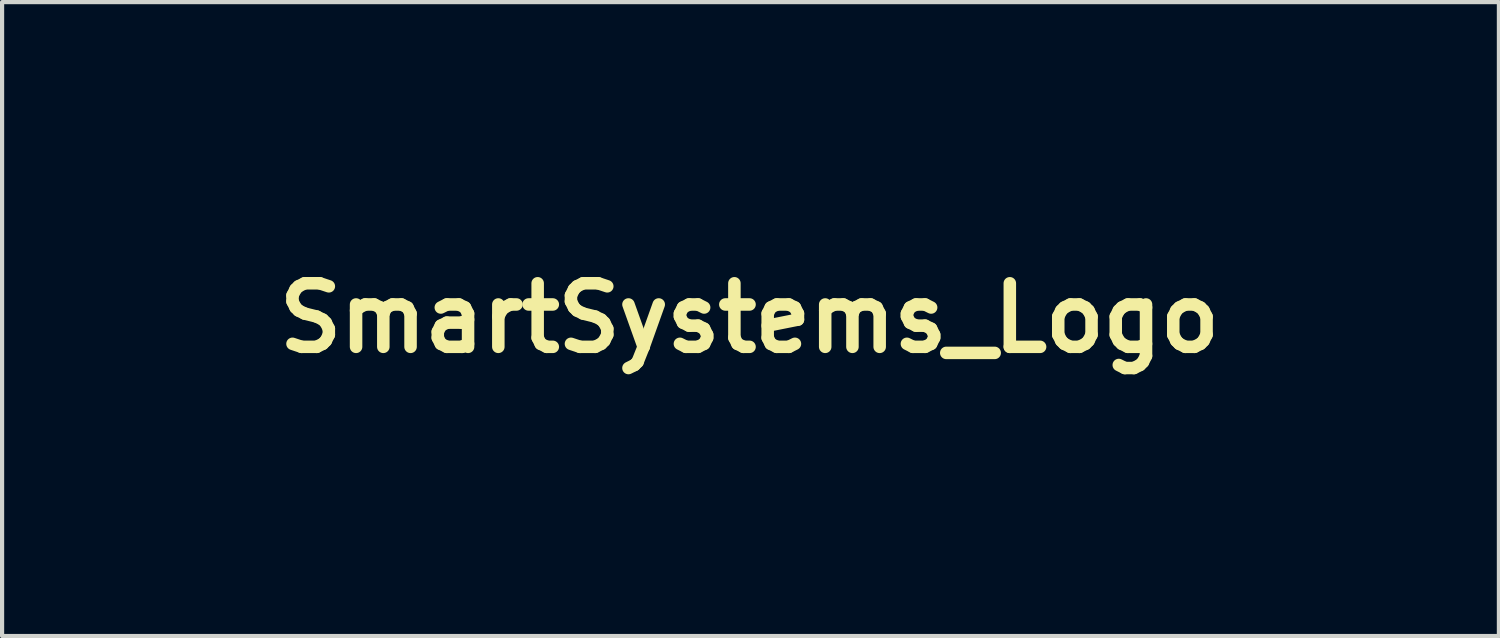
<source format=kicad_pcb>
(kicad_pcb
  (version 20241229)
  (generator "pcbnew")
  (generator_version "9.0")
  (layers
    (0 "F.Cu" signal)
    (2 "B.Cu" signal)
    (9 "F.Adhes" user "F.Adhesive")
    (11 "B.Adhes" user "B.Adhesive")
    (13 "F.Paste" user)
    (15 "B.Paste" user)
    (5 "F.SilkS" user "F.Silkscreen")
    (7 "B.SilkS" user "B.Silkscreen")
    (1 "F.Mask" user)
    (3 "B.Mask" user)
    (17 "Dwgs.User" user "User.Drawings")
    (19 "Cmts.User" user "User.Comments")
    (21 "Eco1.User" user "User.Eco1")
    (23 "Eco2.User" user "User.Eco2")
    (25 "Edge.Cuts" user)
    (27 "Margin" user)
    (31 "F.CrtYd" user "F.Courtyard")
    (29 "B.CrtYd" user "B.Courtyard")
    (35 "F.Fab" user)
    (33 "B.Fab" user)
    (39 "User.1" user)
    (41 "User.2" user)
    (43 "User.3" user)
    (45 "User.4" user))
  (footprint "SmartSystems_Logo"
    (layer "F.Cu")
    (at 14.922 4.577)
    (property "Reference" "SmartSystems_Logo" (at 0 0 0) (layer "F.SilkS") (effects (font (size 1.524 1.524) (thickness 0.3))))
    (attr through_hole)
    (fp_poly (pts (xy -0.623 3.352) (xy -0.444 3.368) (xy -0.329 3.404) (xy -0.265 3.468) (xy -0.237 3.567) (xy -0.231 3.701) (xy -0.237 3.842) (xy -0.268 3.927) (xy -0.339 3.991) (xy -0.381 4.018) (xy -0.477 4.065) (xy -0.593 4.093) (xy -0.753 4.105) (xy -0.947 4.107) (xy -1.145 4.101) (xy -1.318 4.089) (xy -1.436 4.072) (xy -1.462 4.064) (xy -1.567 3.976) (xy -1.605 3.825) (xy -1.591 3.676) (xy -1.555 3.545) (xy -1.496 3.453) (xy -1.398 3.394) (xy -1.247 3.362) (xy -1.026 3.35) (xy -0.88 3.348) (xy -0.623 3.352)) (stroke (width 0.01) (type solid)) (fill yes) (layer "F.Mask"))
    (fp_poly (pts (xy -5.311 -4.566) (xy -4.937 -4.564) (xy -4.599 -4.561) (xy -4.305 -4.557) (xy -4.066 -4.552) (xy -3.89 -4.546) (xy -3.788 -4.54) (xy -3.769 -4.533) (xy -3.868 -4.491) (xy -3.973 -4.423) (xy -4.09 -4.32) (xy -4.227 -4.175) (xy -4.392 -3.978) (xy -4.592 -3.722) (xy -4.835 -3.399) (xy -4.885 -3.332) (xy -5.08 -3.069) (xy -5.259 -2.826) (xy -5.414 -2.615) (xy -5.538 -2.447) (xy -5.621 -2.332) (xy -5.654 -2.286) (xy -5.703 -2.226) (xy -5.734 -2.24) (xy -5.766 -2.31) (xy -5.796 -2.386) (xy -5.854 -2.535) (xy -5.932 -2.74) (xy -6.027 -2.987) (xy -6.131 -3.263) (xy -6.161 -3.343) (xy -6.269 -3.622) (xy -6.371 -3.876) (xy -6.462 -4.09) (xy -6.534 -4.25) (xy -6.583 -4.342) (xy -6.591 -4.354) (xy -6.694 -4.44) (xy -6.812 -4.507) (xy -6.838 -4.523) (xy -6.83 -4.537) (xy -6.78 -4.547) (xy -6.681 -4.555) (xy -6.525 -4.56) (xy -6.305 -4.564) (xy -6.013 -4.565) (xy -5.642 -4.566) (xy -5.311 -4.566)) (stroke (width 0.01) (type solid)) (fill yes) (layer "F.Mask"))
    (fp_poly (pts (xy 14.059 -4.145) (xy 13.922 -3.995) (xy 13.778 -3.839) (xy 13.719 -3.777) (xy 13.554 -3.605) (xy 12.887 -3.592) (xy 12.22 -3.579) (xy 12.113 -2.979) (xy 12.064 -2.696) (xy 12.006 -2.363) (xy 11.946 -2.019) (xy 11.893 -1.706) (xy 11.89 -1.687) (xy 11.846 -1.444) (xy 11.802 -1.234) (xy 11.761 -1.073) (xy 11.729 -0.978) (xy 11.717 -0.961) (xy 11.65 -0.945) (xy 11.522 -0.933) (xy 11.358 -0.927) (xy 11.181 -0.925) (xy 11.015 -0.929) (xy 10.885 -0.937) (xy 10.814 -0.951) (xy 10.807 -0.958) (xy 10.816 -1.015) (xy 10.837 -1.143) (xy 10.869 -1.322) (xy 10.902 -1.501) (xy 10.972 -1.88) (xy 11.037 -2.247) (xy 11.096 -2.591) (xy 11.147 -2.9) (xy 11.188 -3.163) (xy 11.218 -3.37) (xy 11.235 -3.508) (xy 11.237 -3.567) (xy 11.236 -3.568) (xy 11.186 -3.579) (xy 11.059 -3.589) (xy 10.871 -3.597) (xy 10.638 -3.601) (xy 10.45 -3.602) (xy 9.684 -3.602) (xy 9.934 -3.861) (xy 10.071 -4.003) (xy 10.2 -4.133) (xy 10.293 -4.226) (xy 10.298 -4.23) (xy 10.413 -4.341) (xy 14.235 -4.341) (xy 14.059 -4.145)) (stroke (width 0.01) (type solid)) (fill yes) (layer "F.Mask"))
    (fp_poly (pts (xy 1.452 -0.129) (xy 1.329 0.002) (xy 1.193 0.143) (xy 1.161 0.175) (xy 1.006 0.332) (xy 0.529 0.316) (xy 0.327 0.313) (xy 0.16 0.318) (xy 0.048 0.328) (xy 0.015 0.339) (xy -0.009 0.398) (xy -0.041 0.527) (xy -0.077 0.704) (xy -0.099 0.824) (xy -0.139 1.06) (xy -0.181 1.304) (xy -0.216 1.512) (xy -0.226 1.57) (xy -0.264 1.789) (xy -0.305 2.028) (xy -0.329 2.16) (xy -0.38 2.45) (xy -0.748 2.443) (xy -0.931 2.438) (xy -1.038 2.429) (xy -1.088 2.409) (xy -1.097 2.373) (xy -1.09 2.338) (xy -1.067 2.207) (xy -1.063 2.133) (xy -1.046 2.062) (xy -1.017 2.055) (xy -0.989 2.048) (xy -0.995 2.02) (xy -0.996 1.954) (xy -0.981 1.815) (xy -0.953 1.621) (xy -0.915 1.391) (xy -0.897 1.29) (xy -0.853 1.039) (xy -0.814 0.809) (xy -0.786 0.62) (xy -0.77 0.493) (xy -0.768 0.469) (xy -0.762 0.314) (xy -1.354 0.321) (xy -1.613 0.323) (xy -1.786 0.319) (xy -1.88 0.298) (xy -1.9 0.254) (xy -1.853 0.177) (xy -1.747 0.06) (xy -1.642 -0.048) (xy -1.42 -0.277) (xy 1.587 -0.277) (xy 1.452 -0.129)) (stroke (width 0.01) (type solid)) (fill yes) (layer "F.Mask"))
    (fp_poly (pts (xy -0.69 -4.567) (xy -0.266 -4.566) (xy 0.079 -4.564) (xy 0.352 -4.561) (xy 0.558 -4.557) (xy 0.705 -4.551) (xy 0.799 -4.544) (xy 0.846 -4.534) (xy 0.853 -4.522) (xy 0.826 -4.509) (xy 0.823 -4.507) (xy 0.754 -4.48) (xy 0.684 -4.442) (xy 0.606 -4.391) (xy 0.517 -4.32) (xy 0.411 -4.224) (xy 0.284 -4.099) (xy 0.13 -3.939) (xy -0.055 -3.739) (xy -0.277 -3.494) (xy -0.539 -3.199) (xy -0.848 -2.848) (xy -1.208 -2.438) (xy -1.579 -2.013) (xy -1.767 -1.799) (xy -1.961 -1.58) (xy -2.141 -1.378) (xy -2.285 -1.22) (xy -2.302 -1.201) (xy -2.434 -1.059) (xy -2.517 -0.979) (xy -2.564 -0.951) (xy -2.589 -0.967) (xy -2.603 -1.016) (xy -2.615 -1.094) (xy -2.635 -1.249) (xy -2.662 -1.466) (xy -2.693 -1.733) (xy -2.726 -2.033) (xy -2.747 -2.217) (xy -2.798 -2.695) (xy -2.842 -3.09) (xy -2.877 -3.41) (xy -2.907 -3.665) (xy -2.932 -3.862) (xy -2.954 -4.011) (xy -2.974 -4.119) (xy -2.994 -4.196) (xy -3.014 -4.249) (xy -3.037 -4.289) (xy -3.063 -4.323) (xy -3.086 -4.35) (xy -3.187 -4.452) (xy -3.285 -4.521) (xy -3.298 -4.527) (xy -3.274 -4.535) (xy -3.165 -4.543) (xy -2.979 -4.549) (xy -2.725 -4.555) (xy -2.409 -4.56) (xy -2.04 -4.564) (xy -1.626 -4.566) (xy -1.201 -4.567) (xy -0.69 -4.567)) (stroke (width 0.01) (type solid)) (fill yes) (layer "F.Mask"))
    (fp_poly (pts (xy 3.678 -0.277) (xy 5.183 -0.277) (xy 4.641 0.319) (xy 3.695 0.317) (xy 2.748 0.316) (xy 2.713 0.516) (xy 2.696 0.65) (xy 2.694 0.749) (xy 2.698 0.769) (xy 2.737 0.787) (xy 2.843 0.801) (xy 3.022 0.81) (xy 3.278 0.815) (xy 3.619 0.815) (xy 3.76 0.815) (xy 4.06 0.814) (xy 4.325 0.815) (xy 4.544 0.818) (xy 4.704 0.823) (xy 4.791 0.829) (xy 4.803 0.833) (xy 4.772 0.876) (xy 4.693 0.963) (xy 4.582 1.075) (xy 4.361 1.293) (xy 2.599 1.293) (xy 2.546 1.555) (xy 2.52 1.698) (xy 2.507 1.799) (xy 2.508 1.831) (xy 2.556 1.835) (xy 2.684 1.839) (xy 2.879 1.842) (xy 3.128 1.845) (xy 3.42 1.848) (xy 3.667 1.849) (xy 4.812 1.853) (xy 4.727 1.954) (xy 4.647 2.044) (xy 4.532 2.167) (xy 4.451 2.251) (xy 4.261 2.448) (xy 1.652 2.448) (xy 1.682 2.274) (xy 1.699 2.177) (xy 1.722 2.045) (xy 1.754 1.868) (xy 1.795 1.636) (xy 1.849 1.337) (xy 1.917 0.961) (xy 1.936 0.854) (xy 1.978 0.62) (xy 2.016 0.394) (xy 2.046 0.206) (xy 2.059 0.115) (xy 2.071 0.01) (xy 2.083 -0.075) (xy 2.104 -0.142) (xy 2.143 -0.192) (xy 2.209 -0.228) (xy 2.313 -0.252) (xy 2.462 -0.267) (xy 2.668 -0.275) (xy 2.938 -0.278) (xy 3.282 -0.278) (xy 3.678 -0.277)) (stroke (width 0.01) (type solid)) (fill yes) (layer "F.Mask"))
    (fp_poly (pts (xy -6.351 -0.267) (xy -6.157 -0.26) (xy -6.042 -0.249) (xy -5.992 -0.233) (xy -5.992 -0.207) (xy -6.012 -0.185) (xy -6.101 -0.1) (xy -6.243 0.035) (xy -6.424 0.206) (xy -6.632 0.402) (xy -6.851 0.608) (xy -7.068 0.811) (xy -7.268 0.999) (xy -7.439 1.158) (xy -7.565 1.276) (xy -7.608 1.315) (xy -7.746 1.451) (xy -7.822 1.556) (xy -7.852 1.651) (xy -7.854 1.68) (xy -7.864 1.803) (xy -7.888 1.974) (xy -7.914 2.124) (xy -7.971 2.425) (xy -8.326 2.438) (xy -8.517 2.441) (xy -8.63 2.431) (xy -8.678 2.407) (xy -8.682 2.392) (xy -8.674 2.322) (xy -8.653 2.185) (xy -8.623 2.008) (xy -8.609 1.932) (xy -8.535 1.531) (xy -8.736 1.262) (xy -8.839 1.123) (xy -8.923 1.011) (xy -8.97 0.949) (xy -8.971 0.947) (xy -9.018 0.884) (xy -9.097 0.778) (xy -9.144 0.716) (xy -9.231 0.599) (xy -9.298 0.51) (xy -9.317 0.485) (xy -9.428 0.338) (xy -9.547 0.177) (xy -9.659 0.019) (xy -9.754 -0.116) (xy -9.817 -0.212) (xy -9.837 -0.248) (xy -9.794 -0.26) (xy -9.678 -0.27) (xy -9.51 -0.275) (xy -9.386 -0.276) (xy -8.936 -0.275) (xy -8.785 -0.057) (xy -8.693 0.079) (xy -8.57 0.263) (xy -8.436 0.464) (xy -8.37 0.564) (xy -8.256 0.731) (xy -8.157 0.864) (xy -8.086 0.948) (xy -8.059 0.968) (xy -8.014 0.937) (xy -7.914 0.851) (xy -7.772 0.719) (xy -7.597 0.551) (xy -7.401 0.358) (xy -7.387 0.344) (xy -6.761 -0.281) (xy -6.351 -0.267)) (stroke (width 0.01) (type solid)) (fill yes) (layer "F.Mask"))
    (fp_poly (pts (xy -3.879 -0.269) (xy -3.547 -0.266) (xy -2.206 -0.254) (xy -2.736 0.323) (xy -3.83 0.323) (xy -4.205 0.324) (xy -4.497 0.328) (xy -4.717 0.337) (xy -4.876 0.354) (xy -4.983 0.38) (xy -5.048 0.419) (xy -5.081 0.471) (xy -5.094 0.539) (xy -5.095 0.595) (xy -5.079 0.716) (xy -5.039 0.798) (xy -4.984 0.819) (xy -4.859 0.837) (xy -4.659 0.852) (xy -4.378 0.865) (xy -4.012 0.876) (xy -3.866 0.879) (xy -3.549 0.888) (xy -3.259 0.899) (xy -3.011 0.911) (xy -2.817 0.925) (xy -2.693 0.938) (xy -2.656 0.946) (xy -2.559 1.008) (xy -2.452 1.1) (xy -2.448 1.104) (xy -2.378 1.191) (xy -2.344 1.293) (xy -2.335 1.445) (xy -2.335 1.476) (xy -2.37 1.736) (xy -2.461 1.968) (xy -2.568 2.112) (xy -2.641 2.164) (xy -2.769 2.236) (xy -2.897 2.299) (xy -3.163 2.425) (xy -4.63 2.44) (xy -4.987 2.443) (xy -5.313 2.443) (xy -5.597 2.442) (xy -5.827 2.439) (xy -5.992 2.434) (xy -6.082 2.427) (xy -6.096 2.423) (xy -6.066 2.377) (xy -5.986 2.283) (xy -5.872 2.16) (xy -5.833 2.119) (xy -5.57 1.847) (xy -4.39 1.847) (xy -4.067 1.845) (xy -3.774 1.841) (xy -3.522 1.835) (xy -3.327 1.828) (xy -3.199 1.819) (xy -3.155 1.811) (xy -3.073 1.715) (xy -3.035 1.58) (xy -3.043 1.443) (xy -3.1 1.34) (xy -3.114 1.328) (xy -3.174 1.318) (xy -3.311 1.309) (xy -3.51 1.301) (xy -3.757 1.296) (xy -4.037 1.294) (xy -4.073 1.294) (xy -4.487 1.29) (xy -4.819 1.278) (xy -5.082 1.256) (xy -5.286 1.223) (xy -5.442 1.177) (xy -5.563 1.118) (xy -5.599 1.093) (xy -5.723 0.948) (xy -5.785 0.756) (xy -5.787 0.54) (xy -5.729 0.321) (xy -5.612 0.121) (xy -5.57 0.073) (xy -5.442 -0.03) (xy -5.269 -0.13) (xy -5.157 -0.178) (xy -5.075 -0.207) (xy -4.995 -0.23) (xy -4.904 -0.247) (xy -4.792 -0.259) (xy -4.645 -0.266) (xy -4.452 -0.27) (xy -4.201 -0.271) (xy -3.879 -0.269)) (stroke (width 0.01) (type solid)) (fill yes) (layer "F.Mask"))
    (fp_poly (pts (xy 7.005 -4.34) (xy 7.345 -4.336) (xy 7.616 -4.33) (xy 7.827 -4.32) (xy 7.99 -4.306) (xy 8.116 -4.288) (xy 8.194 -4.271) (xy 8.527 -4.152) (xy 8.783 -3.991) (xy 8.959 -3.79) (xy 9.052 -3.55) (xy 9.068 -3.399) (xy 9.031 -3.082) (xy 8.919 -2.786) (xy 8.745 -2.526) (xy 8.519 -2.321) (xy 8.282 -2.198) (xy 8.129 -2.142) (xy 7.996 -2.092) (xy 7.951 -2.074) (xy 7.844 -2.031) (xy 7.998 -1.878) (xy 8.098 -1.775) (xy 8.191 -1.672) (xy 8.293 -1.55) (xy 8.42 -1.387) (xy 8.532 -1.242) (xy 8.63 -1.11) (xy 8.7 -1.007) (xy 8.728 -0.955) (xy 8.728 -0.954) (xy 8.685 -0.943) (xy 8.567 -0.933) (xy 8.39 -0.927) (xy 8.173 -0.924) (xy 8.131 -0.924) (xy 7.534 -0.924) (xy 7.429 -1.074) (xy 7.356 -1.175) (xy 7.305 -1.24) (xy 7.298 -1.247) (xy 7.262 -1.294) (xy 7.191 -1.399) (xy 7.097 -1.541) (xy 7.072 -1.58) (xy 6.872 -1.891) (xy 5.057 -1.87) (xy 4.883 -0.924) (xy 4.405 -0.927) (xy 3.926 -0.931) (xy 3.953 -1.054) (xy 3.984 -1.188) (xy 4.018 -1.338) (xy 4.018 -1.339) (xy 4.042 -1.462) (xy 4.073 -1.641) (xy 4.105 -1.844) (xy 4.112 -1.893) (xy 4.142 -2.093) (xy 4.171 -2.273) (xy 4.195 -2.403) (xy 4.2 -2.425) (xy 4.231 -2.563) (xy 5.937 -2.586) (xy 6.379 -2.592) (xy 6.738 -2.598) (xy 7.024 -2.604) (xy 7.246 -2.61) (xy 7.414 -2.618) (xy 7.537 -2.628) (xy 7.625 -2.641) (xy 7.688 -2.658) (xy 7.735 -2.678) (xy 7.775 -2.703) (xy 7.792 -2.716) (xy 7.97 -2.881) (xy 8.065 -3.053) (xy 8.078 -3.221) (xy 8.011 -3.372) (xy 7.864 -3.494) (xy 7.709 -3.557) (xy 7.624 -3.568) (xy 7.458 -3.578) (xy 7.224 -3.587) (xy 6.933 -3.594) (xy 6.596 -3.599) (xy 6.226 -3.602) (xy 6.032 -3.602) (xy 4.512 -3.602) (xy 4.761 -3.861) (xy 4.899 -4.003) (xy 5.028 -4.133) (xy 5.121 -4.226) (xy 5.126 -4.23) (xy 5.241 -4.341) (xy 6.582 -4.341) (xy 7.005 -4.34)) (stroke (width 0.01) (type solid)) (fill yes) (layer "F.Mask"))
    (fp_poly (pts (xy -10.738 0.015) (xy -11.014 0.312) (xy -12.127 0.318) (xy -12.479 0.32) (xy -12.75 0.323) (xy -12.951 0.329) (xy -13.095 0.337) (xy -13.193 0.349) (xy -13.256 0.366) (xy -13.296 0.389) (xy -13.316 0.408) (xy -13.377 0.521) (xy -13.393 0.61) (xy -13.388 0.681) (xy -13.368 0.738) (xy -13.322 0.781) (xy -13.241 0.813) (xy -13.113 0.836) (xy -12.929 0.852) (xy -12.678 0.863) (xy -12.352 0.873) (xy -12.127 0.877) (xy -11.772 0.885) (xy -11.497 0.894) (xy -11.289 0.903) (xy -11.137 0.915) (xy -11.028 0.93) (xy -10.951 0.95) (xy -10.891 0.976) (xy -10.868 0.989) (xy -10.755 1.079) (xy -10.676 1.179) (xy -10.672 1.187) (xy -10.634 1.339) (xy -10.624 1.533) (xy -10.642 1.725) (xy -10.671 1.831) (xy -10.753 1.966) (xy -10.89 2.112) (xy -11.054 2.24) (xy -11.132 2.286) (xy -11.264 2.335) (xy -11.459 2.374) (xy -11.722 2.405) (xy -12.06 2.427) (xy -12.477 2.441) (xy -12.979 2.447) (xy -13.198 2.448) (xy -14.429 2.448) (xy -14.176 2.184) (xy -14.051 2.054) (xy -13.947 1.95) (xy -13.884 1.889) (xy -13.878 1.884) (xy -13.821 1.874) (xy -13.684 1.866) (xy -13.481 1.858) (xy -13.225 1.853) (xy -12.928 1.849) (xy -12.665 1.848) (xy -12.306 1.847) (xy -12.028 1.846) (xy -11.819 1.842) (xy -11.668 1.835) (xy -11.563 1.824) (xy -11.494 1.809) (xy -11.448 1.788) (xy -11.414 1.761) (xy -11.407 1.755) (xy -11.338 1.642) (xy -11.316 1.511) (xy -11.344 1.398) (xy -11.395 1.347) (xy -11.464 1.334) (xy -11.61 1.32) (xy -11.819 1.307) (xy -12.078 1.295) (xy -12.372 1.285) (xy -12.517 1.281) (xy -12.897 1.27) (xy -13.197 1.257) (xy -13.429 1.239) (xy -13.604 1.214) (xy -13.735 1.181) (xy -13.834 1.135) (xy -13.912 1.077) (xy -13.964 1.024) (xy -14.034 0.891) (xy -14.072 0.706) (xy -14.073 0.508) (xy -14.043 0.363) (xy -13.931 0.149) (xy -13.748 -0.026) (xy -13.553 -0.141) (xy -13.486 -0.173) (xy -13.422 -0.198) (xy -13.349 -0.218) (xy -13.255 -0.233) (xy -13.131 -0.244) (xy -12.964 -0.252) (xy -12.744 -0.258) (xy -12.459 -0.262) (xy -12.098 -0.266) (xy -11.893 -0.269) (xy -10.462 -0.283) (xy -10.738 0.015)) (stroke (width 0.01) (type solid)) (fill yes) (layer "F.Mask"))
    (fp_poly (pts (xy 13.261 -0.266) (xy 14.537 -0.254) (xy 14.287 0.023) (xy 14.164 0.153) (xy 14.059 0.252) (xy 13.99 0.303) (xy 13.981 0.306) (xy 13.92 0.308) (xy 13.78 0.311) (xy 13.577 0.313) (xy 13.322 0.315) (xy 13.032 0.317) (xy 12.882 0.318) (xy 12.518 0.321) (xy 12.236 0.326) (xy 12.026 0.337) (xy 11.876 0.356) (xy 11.777 0.384) (xy 11.717 0.426) (xy 11.687 0.482) (xy 11.676 0.555) (xy 11.674 0.597) (xy 11.675 0.682) (xy 11.692 0.747) (xy 11.734 0.796) (xy 11.812 0.831) (xy 11.936 0.854) (xy 12.117 0.868) (xy 12.364 0.875) (xy 12.688 0.877) (xy 12.879 0.877) (xy 13.218 0.878) (xy 13.479 0.88) (xy 13.675 0.886) (xy 13.819 0.895) (xy 13.926 0.909) (xy 14.008 0.929) (xy 14.081 0.957) (xy 14.122 0.976) (xy 14.308 1.109) (xy 14.414 1.284) (xy 14.435 1.496) (xy 14.426 1.561) (xy 14.407 1.674) (xy 14.401 1.739) (xy 14.402 1.744) (xy 14.391 1.796) (xy 14.341 1.892) (xy 14.27 2.001) (xy 14.196 2.096) (xy 14.161 2.132) (xy 14.063 2.195) (xy 13.917 2.27) (xy 13.808 2.317) (xy 13.733 2.346) (xy 13.656 2.37) (xy 13.567 2.388) (xy 13.455 2.402) (xy 13.308 2.412) (xy 13.115 2.42) (xy 12.865 2.427) (xy 12.546 2.432) (xy 12.146 2.437) (xy 12.111 2.438) (xy 11.705 2.442) (xy 11.356 2.442) (xy 11.071 2.439) (xy 10.856 2.433) (xy 10.72 2.425) (xy 10.668 2.413) (xy 10.668 2.412) (xy 10.699 2.363) (xy 10.783 2.268) (xy 10.902 2.147) (xy 10.942 2.108) (xy 11.215 1.847) (xy 12.363 1.847) (xy 12.752 1.846) (xy 13.058 1.842) (xy 13.292 1.833) (xy 13.463 1.816) (xy 13.58 1.79) (xy 13.654 1.752) (xy 13.695 1.7) (xy 13.713 1.631) (xy 13.716 1.55) (xy 13.7 1.431) (xy 13.661 1.352) (xy 13.658 1.35) (xy 13.596 1.336) (xy 13.455 1.32) (xy 13.248 1.306) (xy 12.988 1.292) (xy 12.689 1.281) (xy 12.561 1.278) (xy 12.196 1.268) (xy 11.911 1.258) (xy 11.693 1.246) (xy 11.529 1.23) (xy 11.408 1.21) (xy 11.316 1.184) (xy 11.241 1.15) (xy 11.185 1.117) (xy 11.084 1.011) (xy 10.999 0.854) (xy 10.95 0.685) (xy 10.945 0.622) (xy 10.981 0.432) (xy 11.078 0.23) (xy 11.214 0.048) (xy 11.315 -0.041) (xy 11.415 -0.107) (xy 11.522 -0.159) (xy 11.647 -0.2) (xy 11.8 -0.229) (xy 11.994 -0.25) (xy 12.239 -0.263) (xy 12.546 -0.268) (xy 12.926 -0.269) (xy 13.261 -0.266)) (stroke (width 0.01) (type solid)) (fill yes) (layer "F.Mask"))
    (fp_poly (pts (xy -9.271 -4.342) (xy -9.215 -4.342) (xy -9.214 -4.342) (xy -9.226 -4.312) (xy -9.293 -4.229) (xy -9.404 -4.108) (xy -9.534 -3.974) (xy -9.899 -3.607) (xy -11.272 -3.593) (xy -12.645 -3.579) (xy -12.765 -3.449) (xy -12.847 -3.336) (xy -12.862 -3.23) (xy -12.856 -3.195) (xy -12.838 -3.123) (xy -12.815 -3.066) (xy -12.777 -3.021) (xy -12.715 -2.987) (xy -12.618 -2.961) (xy -12.477 -2.944) (xy -12.281 -2.931) (xy -12.021 -2.922) (xy -11.688 -2.915) (xy -11.325 -2.908) (xy -10.897 -2.9) (xy -10.551 -2.89) (xy -10.276 -2.878) (xy -10.062 -2.86) (xy -9.899 -2.836) (xy -9.776 -2.803) (xy -9.682 -2.76) (xy -9.608 -2.704) (xy -9.542 -2.633) (xy -9.496 -2.575) (xy -9.424 -2.462) (xy -9.387 -2.342) (xy -9.375 -2.177) (xy -9.375 -2.134) (xy -9.381 -1.982) (xy -9.397 -1.87) (xy -9.415 -1.828) (xy -9.452 -1.769) (xy -9.484 -1.662) (xy -9.484 -1.66) (xy -9.535 -1.541) (xy -9.629 -1.408) (xy -9.674 -1.361) (xy -9.782 -1.262) (xy -9.891 -1.179) (xy -10.01 -1.111) (xy -10.149 -1.056) (xy -10.315 -1.013) (xy -10.519 -0.98) (xy -10.769 -0.957) (xy -11.075 -0.941) (xy -11.445 -0.931) (xy -11.888 -0.926) (xy -12.414 -0.924) (xy -12.458 -0.924) (xy -12.846 -0.925) (xy -13.204 -0.926) (xy -13.52 -0.928) (xy -13.786 -0.93) (xy -13.991 -0.933) (xy -14.125 -0.937) (xy -14.177 -0.941) (xy -14.178 -0.941) (xy -14.148 -0.98) (xy -14.068 -1.071) (xy -13.949 -1.201) (xy -13.824 -1.336) (xy -13.47 -1.712) (xy -12.126 -1.709) (xy -11.776 -1.708) (xy -11.449 -1.707) (xy -11.159 -1.707) (xy -10.919 -1.706) (xy -10.742 -1.706) (xy -10.642 -1.707) (xy -10.633 -1.707) (xy -10.464 -1.749) (xy -10.349 -1.86) (xy -10.299 -2.027) (xy -10.299 -2.054) (xy -10.302 -2.133) (xy -10.317 -2.197) (xy -10.353 -2.247) (xy -10.42 -2.285) (xy -10.527 -2.313) (xy -10.684 -2.333) (xy -10.899 -2.346) (xy -11.181 -2.355) (xy -11.541 -2.362) (xy -11.823 -2.366) (xy -12.238 -2.373) (xy -12.572 -2.381) (xy -12.836 -2.392) (xy -13.04 -2.408) (xy -13.195 -2.431) (xy -13.313 -2.463) (xy -13.403 -2.504) (xy -13.478 -2.557) (xy -13.548 -2.624) (xy -13.563 -2.64) (xy -13.696 -2.845) (xy -13.758 -3.086) (xy -13.753 -3.342) (xy -13.686 -3.594) (xy -13.561 -3.825) (xy -13.381 -4.014) (xy -13.241 -4.103) (xy -13.121 -4.163) (xy -13.014 -4.211) (xy -12.908 -4.25) (xy -12.792 -4.28) (xy -12.656 -4.302) (xy -12.488 -4.318) (xy -12.279 -4.329) (xy -12.018 -4.336) (xy -11.693 -4.339) (xy -11.295 -4.341) (xy -10.954 -4.341) (xy -10.566 -4.342) (xy -10.207 -4.342) (xy -9.888 -4.342) (xy -9.618 -4.342) (xy -9.409 -4.342) (xy -9.271 -4.342)) (stroke (width 0.01) (type solid)) (fill yes) (layer "F.Mask"))
    (fp_poly (pts (xy 6.874 -0.302) (xy 6.947 -0.266) (xy 7.017 -0.195) (xy 7.09 -0.081) (xy 7.17 0.085) (xy 7.262 0.31) (xy 7.372 0.603) (xy 7.505 0.973) (xy 7.552 1.108) (xy 7.63 1.322) (xy 7.7 1.502) (xy 7.755 1.631) (xy 7.788 1.693) (xy 7.792 1.695) (xy 7.832 1.665) (xy 7.91 1.573) (xy 8.014 1.435) (xy 8.092 1.326) (xy 8.227 1.135) (xy 8.395 0.899) (xy 8.573 0.652) (xy 8.727 0.44) (xy 8.863 0.254) (xy 8.976 0.094) (xy 9.057 -0.024) (xy 9.096 -0.085) (xy 9.098 -0.091) (xy 9.133 -0.13) (xy 9.219 -0.197) (xy 9.251 -0.219) (xy 9.441 -0.306) (xy 9.627 -0.31) (xy 9.781 -0.24) (xy 9.814 -0.209) (xy 9.844 -0.166) (xy 9.871 -0.103) (xy 9.896 -0.013) (xy 9.922 0.114) (xy 9.948 0.284) (xy 9.976 0.505) (xy 10.008 0.786) (xy 10.045 1.135) (xy 10.087 1.558) (xy 10.136 2.065) (xy 10.142 2.132) (xy 10.172 2.439) (xy 9.824 2.443) (xy 9.476 2.446) (xy 9.447 2.227) (xy 9.415 1.954) (xy 9.384 1.651) (xy 9.359 1.347) (xy 9.34 1.07) (xy 9.331 0.848) (xy 9.33 0.797) (xy 9.324 0.647) (xy 9.311 0.543) (xy 9.294 0.508) (xy 9.251 0.544) (xy 9.186 0.634) (xy 9.167 0.666) (xy 9.071 0.823) (xy 8.958 0.998) (xy 8.842 1.168) (xy 8.741 1.312) (xy 8.668 1.406) (xy 8.655 1.419) (xy 8.594 1.496) (xy 8.513 1.619) (xy 8.47 1.689) (xy 8.396 1.805) (xy 8.337 1.879) (xy 8.317 1.893) (xy 8.276 1.93) (xy 8.213 2.022) (xy 8.186 2.067) (xy 8.029 2.289) (xy 7.852 2.426) (xy 7.679 2.479) (xy 7.538 2.483) (xy 7.432 2.439) (xy 7.378 2.395) (xy 7.291 2.275) (xy 7.195 2.072) (xy 7.112 1.847) (xy 7.038 1.628) (xy 6.964 1.413) (xy 6.902 1.236) (xy 6.881 1.178) (xy 6.818 0.997) (xy 6.758 0.814) (xy 6.739 0.75) (xy 6.698 0.632) (xy 6.661 0.562) (xy 6.65 0.554) (xy 6.62 0.594) (xy 6.564 0.703) (xy 6.489 0.863) (xy 6.408 1.051) (xy 6.297 1.311) (xy 6.174 1.599) (xy 6.057 1.872) (xy 6.003 1.997) (xy 5.808 2.448) (xy 5.469 2.448) (xy 5.314 2.448) (xy 5.216 2.441) (xy 5.17 2.412) (xy 5.172 2.346) (xy 5.219 2.229) (xy 5.308 2.047) (xy 5.349 1.963) (xy 5.444 1.763) (xy 5.555 1.524) (xy 5.661 1.289) (xy 5.684 1.237) (xy 5.828 0.918) (xy 5.97 0.615) (xy 6.104 0.342) (xy 6.223 0.11) (xy 6.321 -0.067) (xy 6.392 -0.178) (xy 6.414 -0.203) (xy 6.51 -0.255) (xy 6.65 -0.296) (xy 6.7 -0.305) (xy 6.793 -0.312) (xy 6.874 -0.302)) (stroke (width 0.01) (type solid)) (fill yes) (layer "F.Mask"))
    (fp_poly (pts (xy 1.338 -4.387) (xy 1.489 -4.316) (xy 1.575 -4.239) (xy 1.615 -4.175) (xy 1.615 -4.172) (xy 1.645 -4.109) (xy 1.657 -4.102) (xy 1.69 -4.058) (xy 1.756 -3.945) (xy 1.847 -3.777) (xy 1.956 -3.569) (xy 2.033 -3.417) (xy 2.148 -3.19) (xy 2.25 -2.994) (xy 2.33 -2.841) (xy 2.382 -2.747) (xy 2.397 -2.725) (xy 2.428 -2.675) (xy 2.487 -2.562) (xy 2.561 -2.408) (xy 2.586 -2.355) (xy 2.663 -2.193) (xy 2.727 -2.065) (xy 2.765 -1.993) (xy 2.771 -1.986) (xy 2.803 -1.934) (xy 2.864 -1.82) (xy 2.944 -1.665) (xy 3.033 -1.487) (xy 3.121 -1.309) (xy 3.198 -1.148) (xy 3.254 -1.026) (xy 3.28 -0.962) (xy 3.28 -0.958) (xy 3.236 -0.952) (xy 3.111 -0.946) (xy 2.917 -0.94) (xy 2.666 -0.936) (xy 2.37 -0.932) (xy 2.041 -0.928) (xy 1.69 -0.926) (xy 1.329 -0.924) (xy 0.969 -0.923) (xy 0.624 -0.923) (xy 0.304 -0.924) (xy 0.021 -0.926) (xy -0.213 -0.929) (xy -0.386 -0.933) (xy -0.487 -0.939) (xy -0.508 -0.943) (xy -0.479 -0.986) (xy -0.407 -1.067) (xy -0.381 -1.095) (xy -0.283 -1.198) (xy -0.153 -1.338) (xy -0.025 -1.475) (xy 0.204 -1.722) (xy 1.002 -1.696) (xy 1.262 -1.69) (xy 1.487 -1.689) (xy 1.661 -1.692) (xy 1.77 -1.699) (xy 1.801 -1.709) (xy 1.767 -1.761) (xy 1.764 -1.763) (xy 1.733 -1.807) (xy 1.667 -1.921) (xy 1.575 -2.091) (xy 1.463 -2.304) (xy 1.339 -2.548) (xy 1.337 -2.551) (xy 1.212 -2.794) (xy 1.098 -3.006) (xy 1.004 -3.173) (xy 0.935 -3.284) (xy 0.9 -3.325) (xy 0.899 -3.325) (xy 0.838 -3.293) (xy 0.764 -3.221) (xy 0.55 -2.968) (xy 0.385 -2.775) (xy 0.262 -2.633) (xy 0.17 -2.53) (xy 0.102 -2.457) (xy 0.092 -2.448) (xy 0.008 -2.357) (xy -0.113 -2.221) (xy -0.247 -2.066) (xy -0.276 -2.031) (xy -0.394 -1.892) (xy -0.489 -1.781) (xy -0.546 -1.717) (xy -0.554 -1.709) (xy -0.593 -1.667) (xy -0.68 -1.571) (xy -0.801 -1.436) (xy -0.919 -1.305) (xy -1.26 -0.924) (xy -1.786 -0.924) (xy -2.012 -0.924) (xy -2.16 -0.928) (xy -2.244 -0.938) (xy -2.278 -0.957) (xy -2.277 -0.987) (xy -2.264 -1.014) (xy -2.186 -1.118) (xy -2.135 -1.164) (xy -2.067 -1.227) (xy -1.961 -1.34) (xy -1.84 -1.479) (xy -1.823 -1.499) (xy -1.678 -1.67) (xy -1.524 -1.847) (xy -1.402 -1.984) (xy -1.268 -2.133) (xy -1.089 -2.333) (xy -0.88 -2.569) (xy -0.656 -2.822) (xy -0.434 -3.074) (xy -0.229 -3.308) (xy -0.115 -3.438) (xy 0.091 -3.674) (xy 0.248 -3.852) (xy 0.368 -3.982) (xy 0.461 -4.077) (xy 0.538 -4.148) (xy 0.612 -4.206) (xy 0.687 -4.26) (xy 0.9 -4.366) (xy 1.126 -4.409) (xy 1.338 -4.387)) (stroke (width 0.01) (type solid)) (fill yes) (layer "F.Mask"))
    (fp_poly (pts (xy -3.342 -4.372) (xy -3.205 -4.267) (xy -3.166 -4.208) (xy -3.136 -4.12) (xy -3.103 -3.966) (xy -3.067 -3.739) (xy -3.025 -3.438) (xy -2.979 -3.056) (xy -2.928 -2.591) (xy -2.87 -2.039) (xy -2.863 -1.974) (xy -2.834 -1.692) (xy -2.808 -1.438) (xy -2.786 -1.23) (xy -2.769 -1.082) (xy -2.76 -1.008) (xy -2.759 -1.005) (xy -2.781 -0.976) (xy -2.865 -0.955) (xy -3.023 -0.941) (xy -3.214 -0.934) (xy -3.679 -0.92) (xy -3.734 -1.364) (xy -3.757 -1.576) (xy -3.783 -1.848) (xy -3.808 -2.151) (xy -3.831 -2.452) (xy -3.836 -2.532) (xy -3.853 -2.781) (xy -3.869 -2.998) (xy -3.882 -3.166) (xy -3.89 -3.267) (xy -3.893 -3.289) (xy -3.92 -3.266) (xy -3.989 -3.178) (xy -4.089 -3.039) (xy -4.211 -2.861) (xy -4.249 -2.805) (xy -4.459 -2.494) (xy -4.673 -2.185) (xy -4.883 -1.889) (xy -5.08 -1.616) (xy -5.258 -1.377) (xy -5.407 -1.184) (xy -5.52 -1.047) (xy -5.582 -0.983) (xy -5.719 -0.913) (xy -5.9 -0.879) (xy -6.087 -0.882) (xy -6.246 -0.924) (xy -6.304 -0.96) (xy -6.407 -1.088) (xy -6.502 -1.276) (xy -6.573 -1.49) (xy -6.58 -1.519) (xy -6.624 -1.673) (xy -6.683 -1.832) (xy -6.687 -1.842) (xy -6.728 -1.947) (xy -6.791 -2.117) (xy -6.867 -2.333) (xy -6.949 -2.573) (xy -6.974 -2.648) (xy -7.057 -2.896) (xy -7.117 -3.067) (xy -7.16 -3.172) (xy -7.192 -3.222) (xy -7.218 -3.227) (xy -7.246 -3.199) (xy -7.265 -3.169) (xy -7.321 -3.071) (xy -7.343 -3.004) (xy -7.361 -2.95) (xy -7.411 -2.824) (xy -7.488 -2.638) (xy -7.587 -2.404) (xy -7.703 -2.135) (xy -7.788 -1.94) (xy -8.232 -0.924) (xy -8.665 -0.924) (xy -8.852 -0.928) (xy -8.999 -0.938) (xy -9.084 -0.953) (xy -9.098 -0.963) (xy -9.078 -1.025) (xy -9.019 -1.165) (xy -8.924 -1.378) (xy -8.796 -1.657) (xy -8.635 -1.999) (xy -8.521 -2.24) (xy -8.422 -2.45) (xy -8.325 -2.658) (xy -8.246 -2.83) (xy -8.221 -2.886) (xy -8.045 -3.273) (xy -7.884 -3.607) (xy -7.743 -3.879) (xy -7.625 -4.082) (xy -7.534 -4.21) (xy -7.502 -4.243) (xy -7.368 -4.323) (xy -7.215 -4.384) (xy -7.205 -4.387) (xy -7.018 -4.411) (xy -6.861 -4.368) (xy -6.725 -4.252) (xy -6.601 -4.056) (xy -6.496 -3.81) (xy -6.449 -3.686) (xy -6.38 -3.505) (xy -6.301 -3.297) (xy -6.258 -3.187) (xy -6.163 -2.934) (xy -6.059 -2.651) (xy -5.965 -2.387) (xy -5.942 -2.322) (xy -5.876 -2.141) (xy -5.814 -1.998) (xy -5.768 -1.912) (xy -5.75 -1.896) (xy -5.704 -1.932) (xy -5.627 -2.028) (xy -5.534 -2.164) (xy -5.522 -2.183) (xy -5.422 -2.335) (xy -5.285 -2.531) (xy -5.121 -2.758) (xy -4.939 -3.006) (xy -4.748 -3.262) (xy -4.557 -3.515) (xy -4.374 -3.752) (xy -4.21 -3.961) (xy -4.072 -4.132) (xy -3.971 -4.25) (xy -3.914 -4.306) (xy -3.718 -4.394) (xy -3.52 -4.415) (xy -3.342 -4.372)) (stroke (width 0.01) (type solid)) (fill yes) (layer "F.Mask"))
    (fp_poly (pts (xy 14.963 4.618) (xy 0.012 4.608) (xy -1.148 4.607) (xy -2.28 4.606) (xy -3.379 4.605) (xy -4.444 4.604) (xy -5.471 4.603) (xy -6.457 4.602) (xy -7.399 4.601) (xy -8.293 4.599) (xy -9.136 4.598) (xy -9.925 4.597) (xy -10.657 4.596) (xy -11.328 4.595) (xy -11.936 4.593) (xy -12.478 4.592) (xy -12.949 4.591) (xy -13.348 4.59) (xy -13.67 4.588) (xy -13.912 4.587) (xy -14.072 4.586) (xy -14.146 4.585) (xy -14.131 4.584) (xy -14.129 4.584) (xy -13.318 4.57) (xy -13.23 4.481) (xy -12.811 4.481) (xy -12.805 4.544) (xy -12.803 4.546) (xy -12.75 4.555) (xy -12.621 4.563) (xy -12.433 4.568) (xy -12.203 4.572) (xy -12.066 4.572) (xy -11.355 4.572) (xy -11.214 4.418) (xy -10.855 4.418) (xy -10.846 4.49) (xy -10.8 4.536) (xy -10.707 4.561) (xy -10.555 4.571) (xy -10.333 4.573) (xy -10.056 4.572) (xy -9.259 4.572) (xy -9.21 4.514) (xy -8.774 4.514) (xy -8.736 4.55) (xy -8.618 4.569) (xy -8.497 4.572) (xy -8.343 4.569) (xy -8.26 4.555) (xy -8.226 4.522) (xy -8.219 4.468) (xy -8.207 4.361) (xy -8.178 4.212) (xy -8.161 4.144) (xy -8.104 3.924) (xy -7.783 4.248) (xy -7.461 4.572) (xy -7.079 4.572) (xy -6.904 4.568) (xy -6.773 4.558) (xy -6.705 4.543) (xy -6.701 4.537) (xy -6.735 4.495) (xy -6.824 4.404) (xy -6.956 4.277) (xy -7.118 4.127) (xy -7.137 4.11) (xy -7.3 3.96) (xy -7.436 3.831) (xy -7.53 3.737) (xy -7.571 3.691) (xy -7.571 3.689) (xy -7.536 3.655) (xy -7.436 3.581) (xy -7.286 3.476) (xy -7.1 3.35) (xy -7.02 3.297) (xy -7.017 3.295) (xy -6.595 3.295) (xy -6.572 3.346) (xy -6.466 3.367) (xy -6.28 3.367) (xy -6.116 3.366) (xy -5.99 3.372) (xy -5.929 3.384) (xy -5.929 3.385) (xy -5.926 3.437) (xy -5.936 3.559) (xy -5.957 3.73) (xy -5.984 3.927) (xy -6.016 4.13) (xy -6.05 4.317) (xy -6.081 4.468) (xy -6.081 4.468) (xy -6.089 4.526) (xy -6.064 4.557) (xy -5.987 4.569) (xy -5.837 4.572) (xy -5.829 4.572) (xy -5.553 4.572) (xy -5.548 4.543) (xy -4.673 4.543) (xy -4.671 4.55) (xy -4.616 4.562) (xy -4.498 4.57) (xy -4.38 4.572) (xy -4.11 4.572) (xy -4.11 4.419) (xy -4.097 4.273) (xy -4.049 4.181) (xy -3.949 4.132) (xy -3.782 4.117) (xy -3.651 4.119) (xy -3.31 4.133) (xy -3.167 4.35) (xy -3.025 4.567) (xy -2.69 4.569) (xy -2.496 4.564) (xy -2.383 4.545) (xy -2.355 4.521) (xy -2.383 4.46) (xy -2.455 4.356) (xy -2.538 4.251) (xy -2.721 4.032) (xy -2.555 3.944) (xy -2.462 3.872) (xy -2.146 3.872) (xy -2.099 4.113) (xy -1.975 4.314) (xy -1.777 4.464) (xy -1.736 4.484) (xy -1.555 4.537) (xy -1.312 4.568) (xy -1.036 4.577) (xy -0.755 4.564) (xy -0.498 4.529) (xy -0.305 4.477) (xy -0.06 4.347) (xy 0.127 4.169) (xy 0.253 3.959) (xy 0.317 3.731) (xy 0.315 3.502) (xy 0.252 3.307) (xy 0.465 3.307) (xy 0.508 3.336) (xy 0.634 3.357) (xy 0.819 3.367) (xy 0.989 3.373) (xy 1.118 3.38) (xy 1.183 3.386) (xy 1.186 3.388) (xy 1.183 3.435) (xy 1.166 3.553) (xy 1.137 3.726) (xy 1.107 3.901) (xy 1.06 4.161) (xy 1.03 4.344) (xy 1.023 4.463) (xy 1.04 4.531) (xy 1.086 4.563) (xy 1.165 4.572) (xy 1.28 4.572) (xy 1.286 4.572) (xy 1.556 4.572) (xy 1.564 4.513) (xy 2.586 4.513) (xy 2.606 4.535) (xy 2.674 4.552) (xy 2.8 4.563) (xy 2.994 4.569) (xy 3.266 4.572) (xy 3.379 4.572) (xy 4.172 4.572) (xy 4.372 4.363) (xy 4.476 4.251) (xy 4.549 4.167) (xy 4.572 4.132) (xy 4.529 4.125) (xy 4.409 4.118) (xy 4.229 4.113) (xy 4.006 4.11) (xy 3.902 4.11) (xy 3.641 4.11) (xy 3.459 4.106) (xy 3.34 4.099) (xy 3.273 4.084) (xy 3.242 4.062) (xy 3.233 4.029) (xy 3.233 4.018) (xy 3.239 3.977) (xy 3.267 3.95) (xy 3.335 3.935) (xy 3.457 3.928) (xy 3.65 3.926) (xy 3.731 3.925) (xy 4.229 3.925) (xy 4.319 3.834) (xy 4.759 3.834) (xy 4.783 4.025) (xy 4.838 4.161) (xy 4.957 4.315) (xy 5.087 4.426) (xy 5.246 4.5) (xy 5.451 4.545) (xy 5.719 4.566) (xy 5.936 4.57) (xy 6.445 4.572) (xy 6.479 4.536) (xy 6.927 4.536) (xy 6.969 4.555) (xy 7.078 4.568) (xy 7.197 4.572) (xy 7.467 4.572) (xy 7.582 3.925) (xy 8.509 3.925) (xy 8.481 4.099) (xy 8.454 4.262) (xy 8.424 4.418) (xy 8.424 4.422) (xy 8.394 4.572) (xy 8.674 4.572) (xy 8.829 4.57) (xy 8.916 4.557) (xy 8.957 4.52) (xy 8.958 4.514) (xy 9.236 4.514) (xy 9.279 4.553) (xy 9.41 4.571) (xy 9.483 4.572) (xy 9.729 4.572) (xy 9.79 4.168) (xy 9.821 3.979) (xy 9.851 3.822) (xy 9.875 3.722) (xy 9.882 3.703) (xy 9.924 3.706) (xy 10.019 3.779) (xy 10.168 3.923) (xy 10.342 4.107) (xy 10.519 4.297) (xy 10.649 4.427) (xy 10.745 4.509) (xy 10.82 4.553) (xy 10.888 4.57) (xy 10.924 4.572) (xy 11.024 4.559) (xy 11.105 4.514) (xy 11.117 4.498) (xy 11.499 4.498) (xy 11.517 4.541) (xy 11.584 4.564) (xy 11.719 4.572) (xy 11.771 4.572) (xy 12.043 4.572) (xy 12.054 4.481) (xy 12.312 4.481) (xy 12.318 4.544) (xy 12.32 4.546) (xy 12.377 4.56) (xy 12.497 4.57) (xy 12.61 4.572) (xy 12.874 4.572) (xy 12.906 4.272) (xy 12.927 4.116) (xy 12.952 4) (xy 12.973 3.951) (xy 13.018 3.973) (xy 13.111 4.048) (xy 13.237 4.164) (xy 13.326 4.251) (xy 13.644 4.572) (xy 14.003 4.572) (xy 14.172 4.567) (xy 14.299 4.554) (xy 14.36 4.535) (xy 14.363 4.53) (xy 14.33 4.485) (xy 14.243 4.39) (xy 14.112 4.26) (xy 13.951 4.106) (xy 13.92 4.077) (xy 13.478 3.666) (xy 13.77 3.486) (xy 13.928 3.386) (xy 14.103 3.271) (xy 14.277 3.154) (xy 14.434 3.046) (xy 14.557 2.958) (xy 14.628 2.902) (xy 14.64 2.889) (xy 14.597 2.882) (xy 14.484 2.875) (xy 14.323 2.869) (xy 14.274 2.868) (xy 13.908 2.86) (xy 13.508 3.165) (xy 13.344 3.286) (xy 13.207 3.38) (xy 13.114 3.435) (xy 13.081 3.444) (xy 13.074 3.388) (xy 13.084 3.27) (xy 13.1 3.163) (xy 13.122 3.02) (xy 13.129 2.918) (xy 13.123 2.886) (xy 13.068 2.873) (xy 12.95 2.865) (xy 12.859 2.863) (xy 12.617 2.863) (xy 12.57 3.083) (xy 12.541 3.226) (xy 12.504 3.427) (xy 12.464 3.653) (xy 12.445 3.764) (xy 12.408 3.978) (xy 12.372 4.173) (xy 12.342 4.32) (xy 12.33 4.373) (xy 12.312 4.481) (xy 12.054 4.481) (xy 12.075 4.311) (xy 12.098 4.159) (xy 12.133 3.946) (xy 12.176 3.703) (xy 12.215 3.491) (xy 12.254 3.274) (xy 12.284 3.091) (xy 12.3 2.959) (xy 12.301 2.899) (xy 12.3 2.898) (xy 12.246 2.879) (xy 12.129 2.866) (xy 12.031 2.863) (xy 11.887 2.867) (xy 11.81 2.885) (xy 11.773 2.931) (xy 11.758 2.99) (xy 11.728 3.146) (xy 11.69 3.349) (xy 11.649 3.58) (xy 11.607 3.82) (xy 11.568 4.05) (xy 11.535 4.251) (xy 11.511 4.404) (xy 11.5 4.489) (xy 11.499 4.498) (xy 11.117 4.498) (xy 11.173 4.426) (xy 11.232 4.283) (xy 11.288 4.076) (xy 11.347 3.792) (xy 11.377 3.625) (xy 11.42 3.383) (xy 11.456 3.172) (xy 11.483 3.011) (xy 11.498 2.916) (xy 11.5 2.898) (xy 11.458 2.879) (xy 11.35 2.866) (xy 11.25 2.863) (xy 11.107 2.866) (xy 11.03 2.884) (xy 10.994 2.93) (xy 10.976 3.013) (xy 10.956 3.135) (xy 10.926 3.31) (xy 10.895 3.497) (xy 10.838 3.832) (xy 10.379 3.347) (xy 10.189 3.15) (xy 10.047 3.012) (xy 9.943 2.925) (xy 9.863 2.879) (xy 9.797 2.863) (xy 9.788 2.863) (xy 9.692 2.874) (xy 9.615 2.914) (xy 9.551 2.994) (xy 9.496 3.127) (xy 9.444 3.323) (xy 9.389 3.594) (xy 9.36 3.751) (xy 9.317 3.998) (xy 9.28 4.215) (xy 9.253 4.385) (xy 9.238 4.49) (xy 9.236 4.514) (xy 8.958 4.514) (xy 8.976 4.449) (xy 8.981 4.422) (xy 8.998 4.322) (xy 9.028 4.152) (xy 9.067 3.935) (xy 9.111 3.693) (xy 9.121 3.634) (xy 9.163 3.398) (xy 9.198 3.191) (xy 9.223 3.032) (xy 9.236 2.939) (xy 9.236 2.927) (xy 9.217 2.888) (xy 9.146 2.871) (xy 9.005 2.871) (xy 8.973 2.873) (xy 8.709 2.886) (xy 8.673 3.071) (xy 8.639 3.247) (xy 8.609 3.361) (xy 8.564 3.427) (xy 8.486 3.457) (xy 8.355 3.464) (xy 8.153 3.464) (xy 8.122 3.464) (xy 7.656 3.464) (xy 7.692 3.29) (xy 7.727 3.099) (xy 7.733 2.98) (xy 7.7 2.914) (xy 7.62 2.884) (xy 7.492 2.872) (xy 7.326 2.873) (xy 7.24 2.9) (xy 7.227 2.919) (xy 7.212 2.98) (xy 7.185 3.114) (xy 7.148 3.301) (xy 7.106 3.523) (xy 7.062 3.761) (xy 7.019 3.996) (xy 6.98 4.21) (xy 6.95 4.384) (xy 6.932 4.499) (xy 6.927 4.536) (xy 6.479 4.536) (xy 6.66 4.341) (xy 6.875 4.11) (xy 6.228 4.11) (xy 5.912 4.106) (xy 5.677 4.092) (xy 5.511 4.062) (xy 5.403 4.013) (xy 5.342 3.94) (xy 5.316 3.839) (xy 5.313 3.764) (xy 5.332 3.621) (xy 5.394 3.515) (xy 5.509 3.442) (xy 5.689 3.397) (xy 5.944 3.374) (xy 6.123 3.369) (xy 6.627 3.363) (xy 6.846 3.149) (xy 6.958 3.035) (xy 7.037 2.943) (xy 7.066 2.895) (xy 7.023 2.876) (xy 6.905 2.865) (xy 6.731 2.862) (xy 6.517 2.865) (xy 6.281 2.875) (xy 6.041 2.889) (xy 5.814 2.908) (xy 5.617 2.931) (xy 5.468 2.956) (xy 5.403 2.973) (xy 5.184 3.091) (xy 4.983 3.26) (xy 4.835 3.45) (xy 4.822 3.473) (xy 4.772 3.636) (xy 4.759 3.834) (xy 4.319 3.834) (xy 4.637 3.51) (xy 3.978 3.51) (xy 3.718 3.509) (xy 3.536 3.505) (xy 3.421 3.496) (xy 3.358 3.481) (xy 3.334 3.458) (xy 3.333 3.434) (xy 3.352 3.401) (xy 3.401 3.379) (xy 3.498 3.367) (xy 3.657 3.362) (xy 3.861 3.363) (xy 4.374 3.367) (xy 4.565 3.16) (xy 4.667 3.043) (xy 4.736 2.951) (xy 4.757 2.908) (xy 4.712 2.893) (xy 4.582 2.88) (xy 4.375 2.87) (xy 4.099 2.865) (xy 3.81 2.863) (xy 3.526 2.865) (xy 3.275 2.87) (xy 3.073 2.877) (xy 2.932 2.886) (xy 2.866 2.897) (xy 2.863 2.9) (xy 2.855 2.955) (xy 2.833 3.086) (xy 2.8 3.275) (xy 2.759 3.508) (xy 2.725 3.695) (xy 2.679 3.951) (xy 2.639 4.178) (xy 2.608 4.358) (xy 2.59 4.476) (xy 2.586 4.513) (xy 1.564 4.513) (xy 1.607 4.214) (xy 1.64 4) (xy 1.677 3.784) (xy 1.71 3.614) (xy 1.746 3.48) (xy 1.795 3.4) (xy 1.879 3.364) (xy 2.018 3.36) (xy 2.158 3.369) (xy 2.234 3.344) (xy 2.349 3.272) (xy 2.479 3.172) (xy 2.6 3.065) (xy 2.69 2.969) (xy 2.725 2.903) (xy 2.681 2.891) (xy 2.559 2.88) (xy 2.372 2.872) (xy 2.135 2.866) (xy 1.862 2.863) (xy 1.826 2.863) (xy 0.927 2.863) (xy 0.698 3.06) (xy 0.58 3.168) (xy 0.496 3.258) (xy 0.465 3.307) (xy 0.252 3.307) (xy 0.245 3.284) (xy 0.104 3.095) (xy -0.046 2.982) (xy -0.201 2.924) (xy -0.421 2.885) (xy -0.678 2.866) (xy -0.947 2.867) (xy -1.201 2.89) (xy -1.394 2.93) (xy -1.679 3.041) (xy -1.888 3.191) (xy -2.033 3.392) (xy -2.112 3.601) (xy -2.146 3.872) (xy -2.462 3.872) (xy -2.383 3.811) (xy -2.271 3.639) (xy -2.225 3.449) (xy -2.251 3.261) (xy -2.345 3.105) (xy -2.461 3.012) (xy -2.617 2.945) (xy -2.828 2.899) (xy -3.103 2.873) (xy -3.457 2.863) (xy -3.499 2.863) (xy -4.038 2.863) (xy -4.235 3.083) (xy -4.358 3.225) (xy -4.417 3.314) (xy -4.417 3.359) (xy -4.361 3.371) (xy -4.33 3.369) (xy -4.248 3.367) (xy -4.093 3.365) (xy -3.885 3.365) (xy -3.641 3.365) (xy -3.521 3.366) (xy -2.817 3.371) (xy -2.817 3.488) (xy -2.829 3.558) (xy -2.872 3.61) (xy -2.956 3.648) (xy -3.093 3.673) (xy -3.294 3.687) (xy -3.569 3.694) (xy -3.791 3.695) (xy -4.089 3.697) (xy -4.303 3.703) (xy -4.445 3.715) (xy -4.523 3.733) (xy -4.546 3.752) (xy -4.571 3.858) (xy -4.6 4.008) (xy -4.629 4.178) (xy -4.653 4.34) (xy -4.669 4.47) (xy -4.673 4.543) (xy -5.548 4.543) (xy -5.475 4.122) (xy -5.438 3.91) (xy -5.405 3.716) (xy -5.38 3.569) (xy -5.372 3.521) (xy -5.35 3.43) (xy -5.307 3.385) (xy -5.214 3.369) (xy -5.133 3.366) (xy -4.987 3.364) (xy -4.874 3.366) (xy -4.847 3.367) (xy -4.79 3.339) (xy -4.693 3.263) (xy -4.578 3.159) (xy -4.466 3.048) (xy -4.38 2.952) (xy -4.342 2.89) (xy -4.341 2.886) (xy -4.385 2.879) (xy -4.508 2.873) (xy -4.695 2.868) (xy -4.934 2.865) (xy -5.21 2.863) (xy -5.278 2.863) (xy -6.215 2.863) (xy -6.41 3.061) (xy -6.54 3.203) (xy -6.595 3.295) (xy -7.017 3.295) (xy -6.822 3.165) (xy -6.656 3.049) (xy -6.534 2.96) (xy -6.471 2.907) (xy -6.466 2.898) (xy -6.508 2.881) (xy -6.62 2.869) (xy -6.78 2.863) (xy -6.818 2.863) (xy -7.17 2.863) (xy -7.581 3.163) (xy -7.749 3.285) (xy -7.889 3.382) (xy -7.984 3.445) (xy -8.019 3.464) (xy -8.029 3.426) (xy -8.019 3.312) (xy -7.985 3.115) (xy -7.961 2.99) (xy -7.936 2.863) (xy -8.217 2.863) (xy -8.364 2.868) (xy -8.466 2.882) (xy -8.497 2.898) (xy -8.505 2.953) (xy -8.527 3.083) (xy -8.56 3.272) (xy -8.601 3.505) (xy -8.635 3.695) (xy -8.681 3.951) (xy -8.721 4.179) (xy -8.751 4.359) (xy -8.77 4.477) (xy -8.774 4.514) (xy -9.21 4.514) (xy -9.061 4.341) (xy -8.862 4.11) (xy -9.557 4.11) (xy -9.799 4.109) (xy -10.004 4.106) (xy -10.156 4.101) (xy -10.241 4.094) (xy -10.252 4.091) (xy -10.243 4.02) (xy -10.203 3.973) (xy -10.12 3.944) (xy -9.977 3.93) (xy -9.76 3.926) (xy -9.699 3.925) (xy -9.201 3.925) (xy -9.029 3.729) (xy -8.857 3.533) (xy -9.485 3.52) (xy -9.748 3.513) (xy -9.93 3.502) (xy -10.044 3.488) (xy -10.101 3.467) (xy -10.114 3.444) (xy -10.092 3.415) (xy -10.02 3.394) (xy -9.884 3.379) (xy -9.672 3.368) (xy -9.577 3.364) (xy -9.04 3.347) (xy -8.861 3.145) (xy -8.765 3.03) (xy -8.7 2.94) (xy -8.682 2.904) (xy -8.726 2.891) (xy -8.849 2.881) (xy -9.036 2.872) (xy -9.275 2.866) (xy -9.551 2.863) (xy -9.623 2.863) (xy -10.563 2.863) (xy -10.664 3.406) (xy -10.709 3.644) (xy -10.752 3.873) (xy -10.788 4.062) (xy -10.809 4.17) (xy -10.839 4.314) (xy -10.855 4.418) (xy -11.214 4.418) (xy -10.952 4.133) (xy -11.577 4.12) (xy -11.827 4.115) (xy -11.999 4.108) (xy -12.106 4.098) (xy -12.163 4.082) (xy -12.183 4.056) (xy -12.18 4.019) (xy -12.177 4.005) (xy -12.161 3.927) (xy -12.135 3.782) (xy -12.102 3.595) (xy -12.066 3.388) (xy -12.032 3.187) (xy -12.004 3.016) (xy -11.991 2.933) (xy -12.029 2.905) (xy -12.134 2.883) (xy -12.245 2.873) (xy -12.505 2.859) (xy -12.552 3.08) (xy -12.581 3.225) (xy -12.619 3.427) (xy -12.659 3.653) (xy -12.678 3.764) (xy -12.715 3.978) (xy -12.751 4.173) (xy -12.781 4.32) (xy -12.792 4.373) (xy -12.811 4.481) (xy -13.23 4.481) (xy -13.092 4.34) (xy -12.865 4.11) (xy -13.568 4.11) (xy -13.836 4.11) (xy -14.026 4.107) (xy -14.15 4.099) (xy -14.223 4.086) (xy -14.259 4.066) (xy -14.27 4.035) (xy -14.27 4.018) (xy -14.264 3.978) (xy -14.236 3.951) (xy -14.17 3.935) (xy -14.049 3.926) (xy -13.86 3.922) (xy -13.751 3.921) (xy -13.231 3.917) (xy -12.873 3.51) (xy -13.525 3.51) (xy -13.81 3.507) (xy -14.01 3.497) (xy -14.13 3.479) (xy -14.176 3.451) (xy -14.156 3.413) (xy -14.121 3.388) (xy -14.039 3.366) (xy -13.915 3.36) (xy -13.902 3.361) (xy -13.772 3.361) (xy -13.591 3.354) (xy -13.402 3.341) (xy -13.224 3.324) (xy -13.106 3.297) (xy -13.017 3.249) (xy -12.925 3.166) (xy -12.883 3.123) (xy -12.784 3.014) (xy -12.718 2.93) (xy -12.7 2.897) (xy -12.744 2.887) (xy -12.867 2.879) (xy -13.055 2.874) (xy -13.294 2.872) (xy -13.571 2.873) (xy -13.658 2.874) (xy -14.615 2.886) (xy -14.696 3.348) (xy -14.737 3.59) (xy -14.779 3.842) (xy -14.814 4.06) (xy -14.824 4.131) (xy -14.851 4.292) (xy -14.876 4.415) (xy -14.894 4.472) (xy -14.895 4.473) (xy -14.898 4.431) (xy -14.901 4.303) (xy -14.904 4.095) (xy -14.906 3.813) (xy -14.909 3.463) (xy -14.911 3.053) (xy -14.913 2.587) (xy -14.913 2.557) (xy -14.732 2.557) (xy -14.688 2.564) (xy -14.562 2.57) (xy -14.365 2.576) (xy -14.108 2.581) (xy -13.801 2.584) (xy -13.456 2.586) (xy -13.199 2.586) (xy -12.759 2.585) (xy -12.4 2.583) (xy -12.111 2.578) (xy -11.882 2.571) (xy -11.702 2.561) (xy -11.56 2.547) (xy -11.445 2.529) (xy -11.364 2.511) (xy -11.081 2.422) (xy -10.868 2.305) (xy -10.705 2.147) (xy -10.574 1.937) (xy -10.494 1.717) (xy -10.462 1.484) (xy -10.479 1.267) (xy -10.546 1.094) (xy -10.558 1.076) (xy -10.631 0.984) (xy -10.706 0.912) (xy -10.794 0.856) (xy -10.907 0.816) (xy -11.058 0.787) (xy -11.258 0.767) (xy -11.521 0.753) (xy -11.857 0.744) (xy -12.063 0.739) (xy -12.442 0.73) (xy -12.737 0.719) (xy -12.956 0.705) (xy -13.109 0.686) (xy -13.202 0.661) (xy -13.244 0.629) (xy -13.245 0.587) (xy -13.211 0.535) (xy -13.21 0.533) (xy -13.179 0.51) (xy -13.122 0.493) (xy -13.028 0.48) (xy -12.886 0.471) (xy -12.686 0.465) (xy -12.415 0.463) (xy -12.063 0.462) (xy -10.949 0.462) (xy -10.728 0.22) (xy -10.55 0.029) (xy -10.391 -0.137) (xy -10.264 -0.266) (xy -10.177 -0.347) (xy -10.145 -0.369) (xy -10.113 -0.334) (xy -10.035 -0.235) (xy -9.919 -0.083) (xy -9.773 0.111) (xy -9.606 0.335) (xy -9.426 0.58) (xy -9.24 0.832) (xy -9.058 1.083) (xy -8.933 1.256) (xy -8.698 1.583) (xy -8.758 1.911) (xy -8.793 2.105) (xy -8.826 2.288) (xy -8.848 2.413) (xy -8.879 2.586) (xy -7.858 2.586) (xy -7.85 2.549) (xy -6.413 2.549) (xy -6.372 2.561) (xy -6.245 2.569) (xy -6.037 2.575) (xy -5.753 2.579) (xy -5.4 2.579) (xy -4.982 2.577) (xy -4.796 2.575) (xy -4.351 2.57) (xy -3.987 2.564) (xy -3.696 2.557) (xy -3.466 2.549) (xy -3.288 2.539) (xy -3.151 2.526) (xy -3.045 2.51) (xy -2.961 2.49) (xy -2.919 2.477) (xy -2.665 2.357) (xy -2.46 2.187) (xy -2.306 1.983) (xy -2.206 1.757) (xy -2.165 1.524) (xy -2.185 1.298) (xy -2.27 1.093) (xy -2.422 0.923) (xy -2.545 0.844) (xy -2.619 0.809) (xy -2.694 0.783) (xy -2.784 0.764) (xy -2.905 0.752) (xy -3.071 0.744) (xy -3.295 0.739) (xy -3.592 0.737) (xy -3.718 0.736) (xy -4.088 0.734) (xy -4.376 0.73) (xy -4.592 0.722) (xy -4.745 0.71) (xy -4.846 0.693) (xy -4.904 0.668) (xy -4.93 0.636) (xy -4.934 0.594) (xy -4.932 0.583) (xy -4.925 0.552) (xy -4.906 0.529) (xy -4.865 0.511) (xy -4.79 0.497) (xy -4.671 0.487) (xy -4.497 0.479) (xy -4.257 0.472) (xy -3.94 0.465) (xy -3.781 0.462) (xy -2.643 0.439) (xy -2.623 0.418) (xy -2.263 0.418) (xy -2.219 0.435) (xy -2.095 0.448) (xy -1.903 0.457) (xy -1.656 0.462) (xy -1.593 0.462) (xy -0.923 0.462) (xy -0.951 0.658) (xy -0.968 0.77) (xy -0.999 0.953) (xy -1.038 1.186) (xy -1.084 1.448) (xy -1.113 1.616) (xy -1.171 1.94) (xy -1.213 2.184) (xy -1.236 2.358) (xy -1.234 2.474) (xy -1.203 2.544) (xy -1.14 2.577) (xy -1.041 2.586) (xy -0.9 2.582) (xy -0.752 2.576) (xy -0.258 2.563) (xy -0.255 2.547) (xy 1.508 2.547) (xy 1.509 2.552) (xy 1.559 2.56) (xy 1.689 2.568) (xy 1.889 2.575) (xy 2.147 2.58) (xy 2.452 2.584) (xy 2.791 2.586) (xy 2.932 2.586) (xy 4.335 2.586) (xy 4.35 2.571) (xy 4.895 2.571) (xy 4.938 2.577) (xy 5.055 2.58) (xy 5.227 2.58) (xy 5.407 2.576) (xy 5.918 2.563) (xy 6.271 1.767) (xy 6.383 1.521) (xy 6.483 1.312) (xy 6.566 1.152) (xy 6.625 1.053) (xy 6.654 1.027) (xy 6.654 1.028) (xy 6.68 1.089) (xy 6.73 1.222) (xy 6.799 1.408) (xy 6.881 1.633) (xy 6.932 1.774) (xy 7.03 2.042) (xy 7.107 2.237) (xy 7.17 2.372) (xy 7.224 2.462) (xy 7.279 2.521) (xy 7.319 2.55) (xy 7.49 2.611) (xy 7.695 2.618) (xy 7.896 2.573) (xy 7.997 2.523) (xy 8.061 2.461) (xy 8.167 2.337) (xy 8.304 2.164) (xy 8.462 1.954) (xy 8.632 1.721) (xy 8.64 1.709) (xy 8.801 1.484) (xy 8.943 1.287) (xy 9.057 1.131) (xy 9.136 1.026) (xy 9.171 0.984) (xy 9.172 0.983) (xy 9.179 1.03) (xy 9.192 1.151) (xy 9.21 1.329) (xy 9.231 1.545) (xy 9.233 1.57) (xy 9.256 1.815) (xy 9.279 2.049) (xy 9.3 2.244) (xy 9.313 2.367) (xy 9.341 2.586) (xy 11.309 2.586) (xy 11.774 2.585) (xy 12.208 2.581) (xy 12.601 2.576) (xy 12.944 2.569) (xy 13.225 2.56) (xy 13.436 2.55) (xy 13.566 2.539) (xy 13.577 2.538) (xy 13.903 2.448) (xy 14.175 2.296) (xy 14.384 2.088) (xy 14.481 1.925) (xy 14.567 1.662) (xy 14.585 1.408) (xy 14.536 1.178) (xy 14.423 0.993) (xy 14.346 0.924) (xy 14.255 0.865) (xy 14.157 0.821) (xy 14.036 0.789) (xy 13.879 0.767) (xy 13.672 0.753) (xy 13.401 0.746) (xy 13.051 0.742) (xy 13.041 0.742) (xy 12.67 0.74) (xy 12.381 0.735) (xy 12.165 0.726) (xy 12.012 0.712) (xy 11.912 0.691) (xy 11.855 0.663) (xy 11.832 0.626) (xy 11.832 0.583) (xy 11.839 0.552) (xy 11.858 0.529) (xy 11.899 0.511) (xy 11.974 0.497) (xy 12.093 0.487) (xy 12.267 0.479) (xy 12.507 0.472) (xy 12.824 0.465) (xy 12.985 0.462) (xy 14.124 0.439) (xy 14.224 0.323) (xy 14.303 0.236) (xy 14.423 0.106) (xy 14.562 -0.04) (xy 14.597 -0.076) (xy 14.721 -0.208) (xy 14.816 -0.314) (xy 14.866 -0.378) (xy 14.871 -0.388) (xy 14.826 -0.394) (xy 14.7 -0.401) (xy 14.504 -0.406) (xy 14.248 -0.41) (xy 13.943 -0.414) (xy 13.6 -0.415) (xy 13.378 -0.416) (xy 12.92 -0.415) (xy 12.543 -0.411) (xy 12.237 -0.403) (xy 11.992 -0.39) (xy 11.795 -0.371) (xy 11.637 -0.345) (xy 11.507 -0.309) (xy 11.394 -0.264) (xy 11.287 -0.208) (xy 11.24 -0.18) (xy 11.055 -0.017) (xy 10.916 0.204) (xy 10.833 0.458) (xy 10.815 0.716) (xy 10.849 0.889) (xy 10.944 1.089) (xy 11.091 1.239) (xy 11.222 1.321) (xy 11.284 1.349) (xy 11.358 1.371) (xy 11.457 1.388) (xy 11.595 1.401) (xy 11.785 1.41) (xy 12.037 1.417) (xy 12.367 1.422) (xy 12.46 1.424) (xy 12.809 1.43) (xy 13.075 1.436) (xy 13.271 1.444) (xy 13.407 1.455) (xy 13.494 1.468) (xy 13.543 1.487) (xy 13.564 1.51) (xy 13.565 1.511) (xy 13.577 1.568) (xy 13.561 1.613) (xy 13.508 1.647) (xy 13.408 1.672) (xy 13.253 1.69) (xy 13.035 1.701) (xy 12.744 1.707) (xy 12.371 1.709) (xy 12.26 1.709) (xy 11.098 1.709) (xy 10.743 2.084) (xy 10.599 2.232) (xy 10.479 2.347) (xy 10.395 2.418) (xy 10.362 2.434) (xy 10.35 2.383) (xy 10.33 2.253) (xy 10.304 2.055) (xy 10.272 1.802) (xy 10.237 1.507) (xy 10.202 1.193) (xy 10.165 0.862) (xy 10.129 0.558) (xy 10.098 0.293) (xy 10.072 0.08) (xy 10.053 -0.066) (xy 10.042 -0.131) (xy 9.964 -0.294) (xy 9.827 -0.403) (xy 9.651 -0.457) (xy 9.455 -0.452) (xy 9.257 -0.388) (xy 9.076 -0.26) (xy 9.072 -0.256) (xy 9.03 -0.204) (xy 8.94 -0.088) (xy 8.811 0.082) (xy 8.651 0.297) (xy 8.465 0.545) (xy 8.263 0.819) (xy 8.051 1.106) (xy 7.952 1.24) (xy 7.839 1.395) (xy 7.756 1.194) (xy 7.709 1.078) (xy 7.639 0.897) (xy 7.553 0.673) (xy 7.459 0.43) (xy 7.431 0.355) (xy 7.317 0.066) (xy 7.222 -0.146) (xy 7.135 -0.294) (xy 7.048 -0.387) (xy 6.95 -0.439) (xy 6.832 -0.459) (xy 6.751 -0.462) (xy 6.62 -0.454) (xy 6.505 -0.423) (xy 6.398 -0.363) (xy 6.294 -0.263) (xy 6.186 -0.117) (xy 6.067 0.084) (xy 5.932 0.348) (xy 5.773 0.685) (xy 5.643 0.97) (xy 5.591 1.083) (xy 5.509 1.26) (xy 5.405 1.481) (xy 5.289 1.726) (xy 5.223 1.865) (xy 5.113 2.096) (xy 5.02 2.295) (xy 4.948 2.45) (xy 4.905 2.546) (xy 4.895 2.571) (xy 4.35 2.571) (xy 4.751 2.159) (xy 5.167 1.732) (xy 3.92 1.72) (xy 2.673 1.707) (xy 2.687 1.581) (xy 2.702 1.455) (xy 4.466 1.43) (xy 4.796 1.086) (xy 4.934 0.938) (xy 5.043 0.812) (xy 5.111 0.725) (xy 5.126 0.694) (xy 5.08 0.677) (xy 4.942 0.664) (xy 4.714 0.654) (xy 4.394 0.648) (xy 3.995 0.647) (xy 3.643 0.646) (xy 3.373 0.645) (xy 3.174 0.642) (xy 3.035 0.635) (xy 2.945 0.626) (xy 2.893 0.611) (xy 2.87 0.591) (xy 2.863 0.565) (xy 2.863 0.554) (xy 2.867 0.523) (xy 2.886 0.499) (xy 2.932 0.483) (xy 3.017 0.472) (xy 3.154 0.466) (xy 3.354 0.463) (xy 3.629 0.462) (xy 3.778 0.462) (xy 4.693 0.462) (xy 5.098 0.048) (xy 5.25 -0.111) (xy 5.373 -0.248) (xy 5.454 -0.349) (xy 5.482 -0.4) (xy 5.481 -0.402) (xy 5.431 -0.41) (xy 5.299 -0.417) (xy 5.096 -0.422) (xy 4.831 -0.426) (xy 4.514 -0.428) (xy 4.157 -0.428) (xy 3.769 -0.426) (xy 3.73 -0.426) (xy 2.002 -0.413) (xy 1.924 0.059) (xy 1.885 0.292) (xy 1.835 0.58) (xy 1.781 0.887) (xy 1.73 1.174) (xy 1.729 1.178) (xy 1.681 1.448) (xy 1.632 1.721) (xy 1.587 1.966) (xy 1.554 2.154) (xy 1.551 2.171) (xy 1.524 2.341) (xy 1.508 2.474) (xy 1.508 2.547) (xy -0.255 2.547) (xy -0.204 2.286) (xy -0.172 2.114) (xy -0.131 1.889) (xy -0.088 1.649) (xy -0.07 1.547) (xy -0.028 1.308) (xy 0.016 1.064) (xy 0.054 0.854) (xy 0.067 0.785) (xy 0.123 0.485) (xy 0.612 0.472) (xy 1.1 0.459) (xy 1.393 0.153) (xy 1.542 -0.001) (xy 1.684 -0.147) (xy 1.794 -0.258) (xy 1.819 -0.284) (xy 1.953 -0.416) (xy -1.512 -0.416) (xy -1.888 -0.021) (xy -2.034 0.137) (xy -2.154 0.273) (xy -2.235 0.372) (xy -2.263 0.418) (xy -2.623 0.418) (xy -2.25 0.023) (xy -2.102 -0.137) (xy -1.981 -0.272) (xy -1.9 -0.369) (xy -1.871 -0.415) (xy -1.871 -0.416) (xy -1.919 -0.42) (xy -2.048 -0.423) (xy -2.249 -0.425) (xy -2.51 -0.425) (xy -2.821 -0.423) (xy -3.172 -0.42) (xy -3.494 -0.415) (xy -3.93 -0.409) (xy -4.284 -0.402) (xy -4.566 -0.395) (xy -4.786 -0.386) (xy -4.953 -0.376) (xy -5.077 -0.363) (xy -5.17 -0.347) (xy -5.24 -0.328) (xy -5.288 -0.309) (xy -5.53 -0.161) (xy -5.722 0.035) (xy -5.857 0.263) (xy -5.931 0.506) (xy -5.938 0.75) (xy -5.872 0.977) (xy -5.782 1.116) (xy -5.705 1.201) (xy -5.623 1.267) (xy -5.526 1.318) (xy -5.4 1.356) (xy -5.233 1.383) (xy -5.014 1.403) (xy -4.729 1.416) (xy -4.368 1.427) (xy -4.272 1.429) (xy -3.932 1.438) (xy -3.673 1.446) (xy -3.483 1.455) (xy -3.353 1.466) (xy -3.27 1.479) (xy -3.223 1.497) (xy -3.201 1.52) (xy -3.194 1.542) (xy -3.209 1.633) (xy -3.24 1.668) (xy -3.301 1.679) (xy -3.442 1.688) (xy -3.649 1.696) (xy -3.909 1.703) (xy -4.209 1.707) (xy -4.485 1.708) (xy -5.668 1.709) (xy -6.032 2.107) (xy -6.177 2.268) (xy -6.297 2.405) (xy -6.38 2.505) (xy -6.413 2.549) (xy -7.85 2.549) (xy -7.809 2.344) (xy -7.77 2.149) (xy -7.728 1.932) (xy -7.71 1.84) (xy -7.69 1.743) (xy -7.664 1.662) (xy -7.622 1.584) (xy -7.553 1.496) (xy -7.448 1.384) (xy -7.296 1.236) (xy -7.087 1.038) (xy -7.08 1.032) (xy -6.882 0.846) (xy -6.701 0.677) (xy -6.551 0.537) (xy -6.444 0.439) (xy -6.401 0.401) (xy -6.274 0.287) (xy -6.128 0.148) (xy -5.976 0.001) (xy -5.834 -0.143) (xy -5.716 -0.267) (xy -5.635 -0.358) (xy -5.606 -0.402) (xy -5.606 -0.403) (xy -5.658 -0.411) (xy -5.785 -0.416) (xy -5.968 -0.419) (xy -6.191 -0.419) (xy -6.243 -0.419) (xy -6.858 -0.412) (xy -7.445 0.173) (xy -7.634 0.359) (xy -7.8 0.518) (xy -7.933 0.64) (xy -8.021 0.716) (xy -8.054 0.735) (xy -8.076 0.708) (xy -8.12 0.648) (xy -8.192 0.544) (xy -8.298 0.387) (xy -8.445 0.168) (xy -8.542 0.023) (xy -8.655 -0.142) (xy -8.754 -0.279) (xy -8.823 -0.37) (xy -8.844 -0.393) (xy -8.905 -0.404) (xy -9.057 -0.413) (xy -9.297 -0.419) (xy -9.625 -0.422) (xy -10.038 -0.423) (xy -10.534 -0.421) (xy -11.112 -0.416) (xy -11.138 -0.416) (xy -13.376 -0.393) (xy -13.648 -0.253) (xy -13.904 -0.09) (xy -14.078 0.104) (xy -14.179 0.343) (xy -14.215 0.591) (xy -14.22 0.771) (xy -14.205 0.895) (xy -14.164 0.994) (xy -14.124 1.058) (xy -14.011 1.183) (xy -13.865 1.293) (xy -13.831 1.312) (xy -13.765 1.343) (xy -13.692 1.367) (xy -13.6 1.385) (xy -13.474 1.399) (xy -13.302 1.408) (xy -13.072 1.415) (xy -12.769 1.421) (xy -12.57 1.424) (xy -12.221 1.43) (xy -11.954 1.437) (xy -11.758 1.445) (xy -11.622 1.456) (xy -11.535 1.47) (xy -11.487 1.488) (xy -11.466 1.511) (xy -11.466 1.512) (xy -11.453 1.568) (xy -11.469 1.612) (xy -11.521 1.646) (xy -11.619 1.671) (xy -11.771 1.689) (xy -11.987 1.7) (xy -12.274 1.706) (xy -12.642 1.709) (xy -12.797 1.709) (xy -13.153 1.71) (xy -13.459 1.715) (xy -13.705 1.723) (xy -13.882 1.732) (xy -13.982 1.744) (xy -14.001 1.752) (xy -14.038 1.801) (xy -14.126 1.901) (xy -14.251 2.035) (xy -14.374 2.162) (xy -14.518 2.312) (xy -14.634 2.437) (xy -14.71 2.524) (xy -14.732 2.557) (xy -14.913 2.557) (xy -14.914 2.072) (xy -14.915 1.514) (xy -14.916 0.92) (xy -14.917 0.295) (xy -14.917 -0.038) (xy -14.917 -0.785) (xy -14.568 -0.785) (xy -12.56 -0.786) (xy -12.034 -0.787) (xy -11.594 -0.789) (xy -11.23 -0.793) (xy -10.938 -0.799) (xy -10.708 -0.808) (xy -10.534 -0.818) (xy -10.408 -0.831) (xy -10.323 -0.847) (xy -10.322 -0.848) (xy -9.959 -0.98) (xy -9.662 -1.165) (xy -9.437 -1.396) (xy -9.349 -1.536) (xy -9.306 -1.66) (xy -9.27 -1.841) (xy -9.248 -2.036) (xy -9.251 -2.334) (xy -9.309 -2.565) (xy -9.431 -2.745) (xy -9.626 -2.888) (xy -9.845 -2.986) (xy -9.925 -3.01) (xy -10.033 -3.029) (xy -10.182 -3.045) (xy -10.38 -3.059) (xy -10.639 -3.07) (xy -10.97 -3.08) (xy -11.361 -3.089) (xy -12.677 -3.117) (xy -12.692 -3.228) (xy -12.682 -3.328) (xy -12.646 -3.377) (xy -12.586 -3.387) (xy -12.445 -3.396) (xy -12.236 -3.404) (xy -11.971 -3.41) (xy -11.662 -3.414) (xy -11.321 -3.416) (xy -11.222 -3.416) (xy -9.86 -3.417) (xy -9.363 -3.93) (xy -9.192 -4.11) (xy -9.047 -4.267) (xy -8.938 -4.391) (xy -8.876 -4.468) (xy -8.867 -4.486) (xy -8.912 -4.497) (xy -9.044 -4.505) (xy -9.255 -4.511) (xy -9.542 -4.515) (xy -9.896 -4.516) (xy -10.313 -4.515) (xy -10.749 -4.512) (xy -11.242 -4.507) (xy -11.651 -4.501) (xy -11.985 -4.495) (xy -12.253 -4.486) (xy -12.463 -4.477) (xy -12.623 -4.465) (xy -12.744 -4.45) (xy -12.832 -4.433) (xy -12.862 -4.425) (xy -13.228 -4.281) (xy -13.513 -4.096) (xy -13.718 -3.866) (xy -13.845 -3.59) (xy -13.895 -3.266) (xy -13.893 -3.103) (xy -13.851 -2.831) (xy -13.752 -2.621) (xy -13.585 -2.456) (xy -13.407 -2.35) (xy -13.339 -2.318) (xy -13.272 -2.293) (xy -13.195 -2.273) (xy -13.095 -2.258) (xy -12.961 -2.248) (xy -12.782 -2.24) (xy -12.544 -2.234) (xy -12.238 -2.229) (xy -11.869 -2.225) (xy -11.452 -2.219) (xy -11.103 -2.21) (xy -10.827 -2.198) (xy -10.631 -2.185) (xy -10.519 -2.17) (xy -10.496 -2.162) (xy -10.441 -2.069) (xy -10.474 -1.962) (xy -10.51 -1.92) (xy -10.54 -1.899) (xy -10.592 -1.883) (xy -10.676 -1.871) (xy -10.8 -1.861) (xy -10.975 -1.855) (xy -11.21 -1.851) (xy -11.515 -1.848) (xy -11.899 -1.847) (xy -12.06 -1.847) (xy -13.539 -1.847) (xy -13.708 -1.673) (xy -13.814 -1.563) (xy -13.961 -1.411) (xy -14.126 -1.241) (xy -14.223 -1.141) (xy -14.568 -0.785) (xy -14.917 -0.785) (xy -14.917 -4.572) (xy -11.072 -4.571) (xy -7.227 -4.571) (xy -7.426 -4.469) (xy -7.572 -4.379) (xy -7.695 -4.262) (xy -7.809 -4.102) (xy -7.927 -3.881) (xy -8.002 -3.718) (xy -8.079 -3.547) (xy -8.185 -3.317) (xy -8.31 -3.053) (xy -8.441 -2.776) (xy -8.516 -2.619) (xy -8.63 -2.382) (xy -8.728 -2.174) (xy -8.805 -2.011) (xy -8.853 -1.905) (xy -8.867 -1.871) (xy -8.886 -1.824) (xy -8.938 -1.711) (xy -9.016 -1.548) (xy -9.111 -1.352) (xy -9.121 -1.331) (xy -9.217 -1.133) (xy -9.297 -0.967) (xy -9.352 -0.851) (xy -9.375 -0.799) (xy -9.375 -0.798) (xy -9.332 -0.793) (xy -9.213 -0.789) (xy -9.035 -0.786) (xy -8.816 -0.785) (xy -8.758 -0.785) (xy -8.141 -0.785) (xy -7.966 -1.166) (xy -7.88 -1.355) (xy -7.771 -1.6) (xy -7.653 -1.87) (xy -7.537 -2.136) (xy -7.522 -2.171) (xy -7.425 -2.389) (xy -7.338 -2.572) (xy -7.27 -2.706) (xy -7.226 -2.776) (xy -7.217 -2.782) (xy -7.179 -2.735) (xy -7.141 -2.644) (xy -7.05 -2.37) (xy -6.948 -2.081) (xy -6.842 -1.793) (xy -6.736 -1.52) (xy -6.638 -1.278) (xy -6.552 -1.081) (xy -6.485 -0.944) (xy -6.447 -0.886) (xy -6.291 -0.784) (xy -6.082 -0.725) (xy -5.854 -0.718) (xy -5.805 -0.724) (xy -5.649 -0.778) (xy -5.479 -0.897) (xy -5.289 -1.086) (xy -5.073 -1.351) (xy -4.898 -1.593) (xy -4.769 -1.776) (xy -4.658 -1.934) (xy -4.575 -2.049) (xy -4.533 -2.105) (xy -4.533 -2.105) (xy -4.49 -2.164) (xy -4.41 -2.279) (xy -4.308 -2.43) (xy -4.266 -2.493) (xy -4.041 -2.832) (xy -4.01 -2.628) (xy -3.993 -2.502) (xy -3.972 -2.309) (xy -3.949 -2.079) (xy -3.927 -1.847) (xy -3.904 -1.599) (xy -3.882 -1.359) (xy -3.862 -1.157) (xy -3.849 -1.028) (xy -3.822 -0.785) (xy -1.163 -0.785) (xy -0.708 -1.3) (xy -0.509 -1.527) (xy -0.294 -1.772) (xy -0.088 -2.007) (xy 0.083 -2.204) (xy 0.093 -2.217) (xy 0.33 -2.489) (xy 0.513 -2.698) (xy 0.651 -2.851) (xy 0.751 -2.956) (xy 0.82 -3.019) (xy 0.866 -3.048) (xy 0.894 -3.049) (xy 0.911 -3.036) (xy 0.954 -2.965) (xy 1.024 -2.836) (xy 1.111 -2.668) (xy 1.206 -2.479) (xy 1.3 -2.289) (xy 1.383 -2.117) (xy 1.444 -1.983) (xy 1.476 -1.905) (xy 1.478 -1.895) (xy 1.432 -1.875) (xy 1.3 -1.86) (xy 1.084 -1.85) (xy 0.791 -1.847) (xy 0.105 -1.847) (xy -0.306 -1.4) (xy -0.467 -1.225) (xy -0.614 -1.068) (xy -0.73 -0.946) (xy -0.801 -0.874) (xy -0.805 -0.869) (xy -0.823 -0.85) (xy -0.827 -0.834) (xy -0.809 -0.821) (xy -0.762 -0.81) (xy -0.679 -0.802) (xy -0.552 -0.796) (xy -0.375 -0.791) (xy -0.139 -0.788) (xy 0.162 -0.786) (xy 0.536 -0.785) (xy 0.99 -0.785) (xy 1.331 -0.785) (xy 3.774 -0.785) (xy 5.019 -0.785) (xy 5.075 -1.12) (xy 5.107 -1.305) (xy 5.135 -1.471) (xy 5.155 -1.581) (xy 5.156 -1.582) (xy 5.18 -1.709) (xy 5.996 -1.708) (xy 6.812 -1.706) (xy 7.112 -1.248) (xy 7.412 -0.789) (xy 8.236 -0.787) (xy 8.524 -0.789) (xy 8.759 -0.795) (xy 8.93 -0.804) (xy 9.026 -0.817) (xy 9.044 -0.828) (xy 9.011 -0.877) (xy 8.931 -0.985) (xy 8.814 -1.137) (xy 8.671 -1.32) (xy 8.599 -1.41) (xy 8.45 -1.599) (xy 8.325 -1.761) (xy 8.235 -1.883) (xy 8.187 -1.952) (xy 8.183 -1.962) (xy 8.229 -1.988) (xy 8.332 -2.042) (xy 8.428 -2.092) (xy 8.698 -2.27) (xy 8.917 -2.496) (xy 9.08 -2.755) (xy 9.184 -3.035) (xy 9.225 -3.32) (xy 9.212 -3.459) (xy 9.382 -3.459) (xy 9.42 -3.442) (xy 9.546 -3.431) (xy 9.754 -3.425) (xy 10.038 -3.425) (xy 10.225 -3.427) (xy 10.495 -3.43) (xy 10.73 -3.431) (xy 10.916 -3.428) (xy 11.039 -3.424) (xy 11.083 -3.418) (xy 11.083 -3.417) (xy 11.076 -3.366) (xy 11.055 -3.241) (xy 11.023 -3.057) (xy 10.984 -2.833) (xy 10.965 -2.725) (xy 10.913 -2.43) (xy 10.858 -2.113) (xy 10.805 -1.811) (xy 10.761 -1.561) (xy 10.759 -1.547) (xy 10.72 -1.328) (xy 10.684 -1.13) (xy 10.656 -0.98) (xy 10.642 -0.912) (xy 10.614 -0.785) (xy 11.238 -0.785) (xy 11.492 -0.786) (xy 11.668 -0.791) (xy 11.781 -0.801) (xy 11.846 -0.819) (xy 11.878 -0.845) (xy 11.887 -0.866) (xy 11.902 -0.936) (xy 11.93 -1.081) (xy 11.967 -1.284) (xy 12.011 -1.531) (xy 12.054 -1.778) (xy 12.106 -2.08) (xy 12.158 -2.383) (xy 12.207 -2.664) (xy 12.248 -2.895) (xy 12.269 -3.013) (xy 12.342 -3.417) (xy 13.556 -3.417) (xy 14.076 -3.939) (xy 14.25 -4.118) (xy 14.395 -4.274) (xy 14.502 -4.396) (xy 14.558 -4.473) (xy 14.564 -4.493) (xy 14.513 -4.5) (xy 14.378 -4.506) (xy 14.17 -4.512) (xy 13.898 -4.517) (xy 13.571 -4.521) (xy 13.198 -4.524) (xy 12.79 -4.525) (xy 12.442 -4.526) (xy 10.353 -4.526) (xy 9.875 -4.015) (xy 9.708 -3.834) (xy 9.564 -3.675) (xy 9.455 -3.551) (xy 9.392 -3.474) (xy 9.382 -3.459) (xy 9.212 -3.459) (xy 9.2 -3.596) (xy 9.104 -3.849) (xy 8.947 -4.053) (xy 8.809 -4.171) (xy 8.653 -4.268) (xy 8.471 -4.346) (xy 8.252 -4.408) (xy 7.988 -4.455) (xy 7.668 -4.489) (xy 7.284 -4.51) (xy 6.826 -4.522) (xy 6.32 -4.525) (xy 5.181 -4.526) (xy 4.703 -4.017) (xy 4.536 -3.836) (xy 4.391 -3.678) (xy 4.283 -3.554) (xy 4.22 -3.478) (xy 4.21 -3.463) (xy 4.251 -3.45) (xy 4.382 -3.439) (xy 4.598 -3.431) (xy 4.898 -3.424) (xy 5.277 -3.42) (xy 5.734 -3.418) (xy 5.956 -3.417) (xy 7.717 -3.417) (xy 7.827 -3.307) (xy 7.904 -3.181) (xy 7.898 -3.055) (xy 7.817 -2.937) (xy 7.67 -2.84) (xy 7.465 -2.775) (xy 7.401 -2.764) (xy 7.289 -2.754) (xy 7.099 -2.746) (xy 6.843 -2.739) (xy 6.536 -2.734) (xy 6.191 -2.73) (xy 5.822 -2.729) (xy 5.642 -2.729) (xy 5.279 -2.729) (xy 4.947 -2.727) (xy 4.656 -2.724) (xy 4.417 -2.72) (xy 4.241 -2.714) (xy 4.14 -2.708) (xy 4.12 -2.704) (xy 4.105 -2.653) (xy 4.077 -2.526) (xy 4.04 -2.341) (xy 3.997 -2.113) (xy 3.951 -1.858) (xy 3.904 -1.592) (xy 3.86 -1.332) (xy 3.821 -1.093) (xy 3.804 -0.981) (xy 3.774 -0.785) (xy 1.331 -0.785) (xy 1.774 -0.786) (xy 2.188 -0.788) (xy 2.564 -0.791) (xy 2.892 -0.796) (xy 3.165 -0.801) (xy 3.372 -0.807) (xy 3.505 -0.814) (xy 3.556 -0.822) (xy 3.556 -0.822) (xy 3.528 -0.887) (xy 3.515 -0.903) (xy 3.484 -0.954) (xy 3.417 -1.077) (xy 3.32 -1.26) (xy 3.199 -1.493) (xy 3.058 -1.764) (xy 2.905 -2.063) (xy 2.885 -2.101) (xy 2.635 -2.593) (xy 2.422 -3.008) (xy 2.244 -3.355) (xy 2.095 -3.64) (xy 1.972 -3.869) (xy 1.872 -4.05) (xy 1.789 -4.188) (xy 1.721 -4.291) (xy 1.663 -4.365) (xy 1.611 -4.417) (xy 1.561 -4.454) (xy 1.509 -4.482) (xy 1.455 -4.507) (xy 1.447 -4.515) (xy 1.467 -4.523) (xy 1.519 -4.53) (xy 1.606 -4.536) (xy 1.733 -4.542) (xy 1.903 -4.547) (xy 2.12 -4.551) (xy 2.389 -4.555) (xy 2.713 -4.558) (xy 3.096 -4.561) (xy 3.543 -4.563) (xy 4.056 -4.565) (xy 4.641 -4.567) (xy 5.301 -4.568) (xy 6.039 -4.569) (xy 6.861 -4.57) (xy 7.77 -4.57) (xy 8.14 -4.57) (xy 14.963 -4.572) (xy 14.963 4.618)) (stroke (width 0.01) (type solid)) (fill yes) (layer "F.Mask")))
  (gr_rect
    (start -3 -3)
    (end 32.89 12.2)
    (stroke (width 0.1) (type default))
    (fill no)
    (layer "Edge.Cuts")))
</source>
